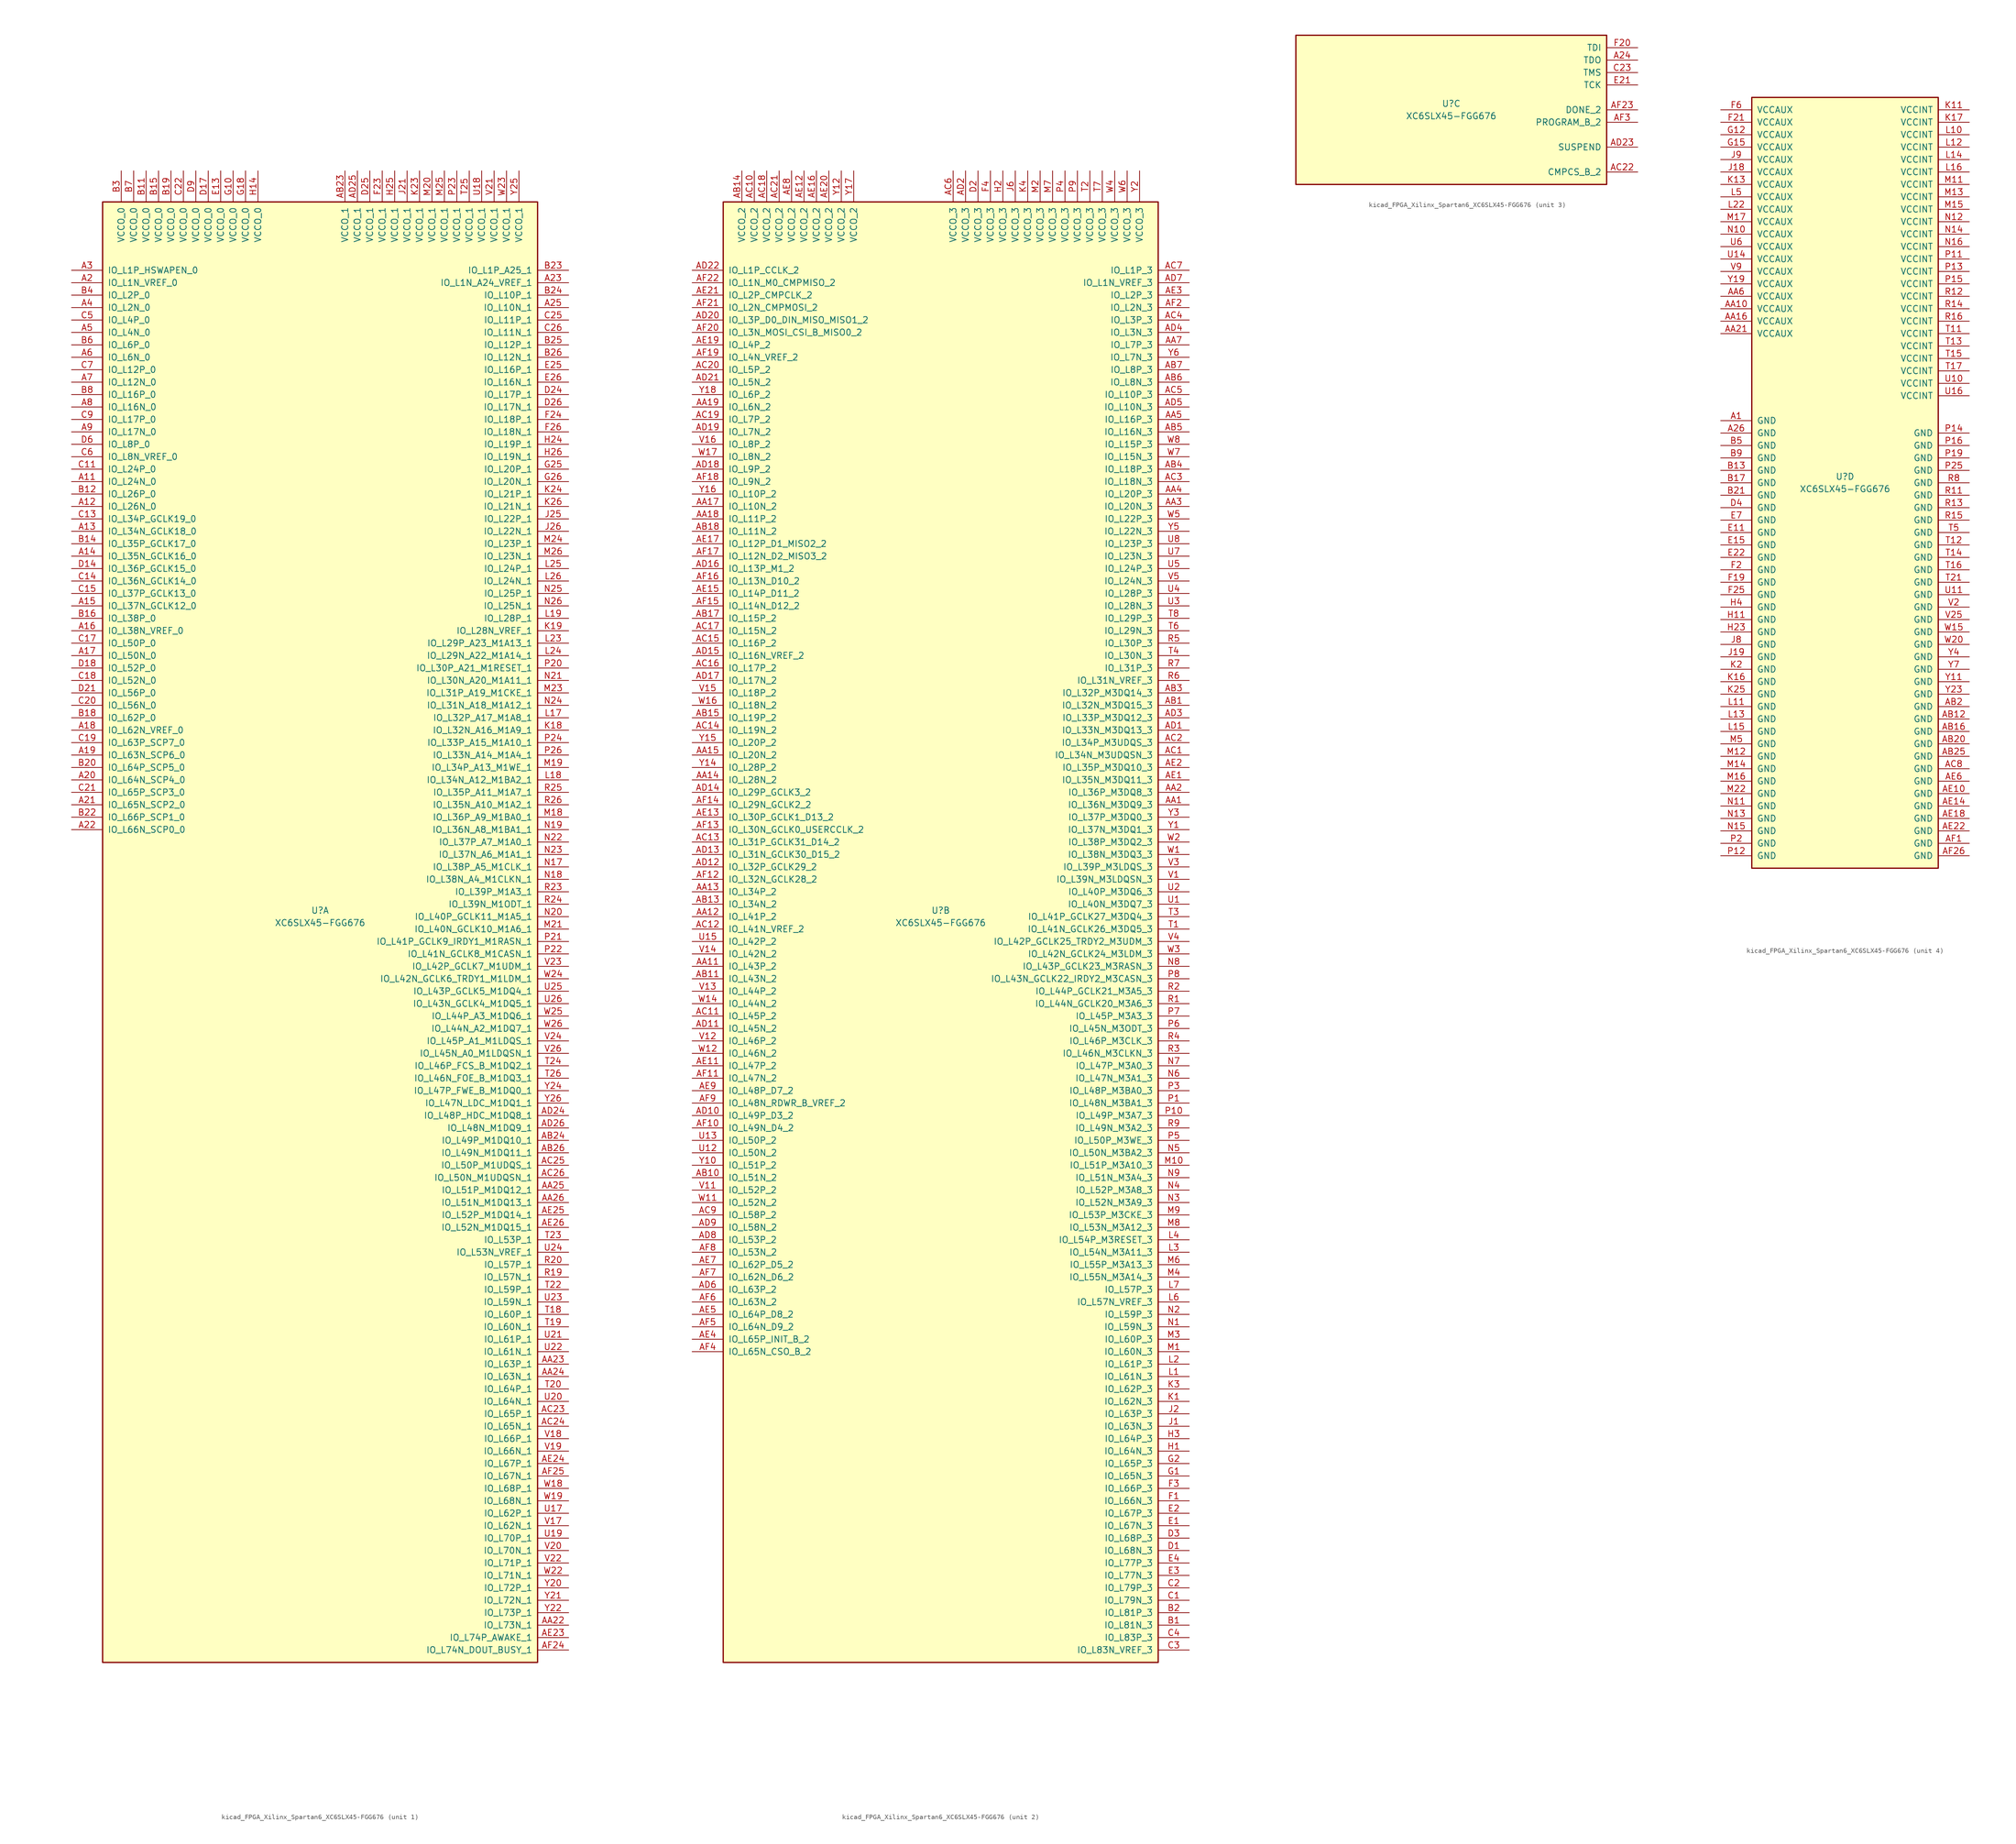
<source format=kicad_sym>
(kicad_symbol_lib
  (version 20220914)
  (generator kicad_symbol_editor)
  (symbol "kicad_FPGA_Xilinx_Spartan6_XC6SLX45-FGG676"
    (pin_names
      (offset 1.016))
    (property "Reference" "U"
      (at 0 1.27 0)
      (effects (font (size 1.27 1.27))))
    (property "Value" "XC6SLX45-FGG676"
      (at 0 -1.27 0)
      (effects (font (size 1.27 1.27))))
    (property "Datasheet" ""
      (at 0 0 0)
      (effects (font (size 1.27 1.27))))
    (property "ki_locked" ""
      (at 0 0 0)
      (effects (font (size 1.27 1.27))))
    (symbol "kicad_FPGA_Xilinx_Spartan6_XC6SLX45-FGG676_1_1"
      (rectangle (start -44.45 146.05) (end 44.45 -152.4) (stroke (width 0.254) (type default)) (fill (type background)))
      (pin bidirectional line (at -50.8 88.9 0) (length 6.35) (name "IO_L24N_0" (effects (font (size 1.27 1.27)))) (number "A11" (effects (font (size 1.27 1.27)))))
      (pin bidirectional line (at -50.8 83.82 0) (length 6.35) (name "IO_L26N_0" (effects (font (size 1.27 1.27)))) (number "A12" (effects (font (size 1.27 1.27)))))
      (pin bidirectional line (at -50.8 78.74 0) (length 6.35) (name "IO_L34N_GCLK18_0" (effects (font (size 1.27 1.27)))) (number "A13" (effects (font (size 1.27 1.27)))))
      (pin bidirectional line (at -50.8 73.66 0) (length 6.35) (name "IO_L35N_GCLK16_0" (effects (font (size 1.27 1.27)))) (number "A14" (effects (font (size 1.27 1.27)))))
      (pin bidirectional line (at -50.8 63.5 0) (length 6.35) (name "IO_L37N_GCLK12_0" (effects (font (size 1.27 1.27)))) (number "A15" (effects (font (size 1.27 1.27)))))
      (pin bidirectional line (at -50.8 58.42 0) (length 6.35) (name "IO_L38N_VREF_0" (effects (font (size 1.27 1.27)))) (number "A16" (effects (font (size 1.27 1.27)))))
      (pin bidirectional line (at -50.8 53.34 0) (length 6.35) (name "IO_L50N_0" (effects (font (size 1.27 1.27)))) (number "A17" (effects (font (size 1.27 1.27)))))
      (pin bidirectional line (at -50.8 38.1 0) (length 6.35) (name "IO_L62N_VREF_0" (effects (font (size 1.27 1.27)))) (number "A18" (effects (font (size 1.27 1.27)))))
      (pin bidirectional line (at -50.8 33.02 0) (length 6.35) (name "IO_L63N_SCP6_0" (effects (font (size 1.27 1.27)))) (number "A19" (effects (font (size 1.27 1.27)))))
      (pin bidirectional line (at -50.8 129.54 0) (length 6.35) (name "IO_L1N_VREF_0" (effects (font (size 1.27 1.27)))) (number "A2" (effects (font (size 1.27 1.27)))))
      (pin bidirectional line (at -50.8 27.94 0) (length 6.35) (name "IO_L64N_SCP4_0" (effects (font (size 1.27 1.27)))) (number "A20" (effects (font (size 1.27 1.27)))))
      (pin bidirectional line (at -50.8 22.86 0) (length 6.35) (name "IO_L65N_SCP2_0" (effects (font (size 1.27 1.27)))) (number "A21" (effects (font (size 1.27 1.27)))))
      (pin bidirectional line (at -50.8 17.78 0) (length 6.35) (name "IO_L66N_SCP0_0" (effects (font (size 1.27 1.27)))) (number "A22" (effects (font (size 1.27 1.27)))))
      (pin bidirectional line (at 50.8 129.54 180) (length 6.35) (name "IO_L1N_A24_VREF_1" (effects (font (size 1.27 1.27)))) (number "A23" (effects (font (size 1.27 1.27)))))
      (pin bidirectional line (at 50.8 124.46 180) (length 6.35) (name "IO_L10N_1" (effects (font (size 1.27 1.27)))) (number "A25" (effects (font (size 1.27 1.27)))))
      (pin bidirectional line (at -50.8 132.08 0) (length 6.35) (name "IO_L1P_HSWAPEN_0" (effects (font (size 1.27 1.27)))) (number "A3" (effects (font (size 1.27 1.27)))))
      (pin bidirectional line (at -50.8 124.46 0) (length 6.35) (name "IO_L2N_0" (effects (font (size 1.27 1.27)))) (number "A4" (effects (font (size 1.27 1.27)))))
      (pin bidirectional line (at -50.8 119.38 0) (length 6.35) (name "IO_L4N_0" (effects (font (size 1.27 1.27)))) (number "A5" (effects (font (size 1.27 1.27)))))
      (pin bidirectional line (at -50.8 114.3 0) (length 6.35) (name "IO_L6N_0" (effects (font (size 1.27 1.27)))) (number "A6" (effects (font (size 1.27 1.27)))))
      (pin bidirectional line (at -50.8 109.22 0) (length 6.35) (name "IO_L12N_0" (effects (font (size 1.27 1.27)))) (number "A7" (effects (font (size 1.27 1.27)))))
      (pin bidirectional line (at -50.8 104.14 0) (length 6.35) (name "IO_L16N_0" (effects (font (size 1.27 1.27)))) (number "A8" (effects (font (size 1.27 1.27)))))
      (pin bidirectional line (at -50.8 99.06 0) (length 6.35) (name "IO_L17N_0" (effects (font (size 1.27 1.27)))) (number "A9" (effects (font (size 1.27 1.27)))))
      (pin bidirectional line (at 50.8 -144.78 180) (length 6.35) (name "IO_L73N_1" (effects (font (size 1.27 1.27)))) (number "AA22" (effects (font (size 1.27 1.27)))))
      (pin bidirectional line (at 50.8 -91.44 180) (length 6.35) (name "IO_L63P_1" (effects (font (size 1.27 1.27)))) (number "AA23" (effects (font (size 1.27 1.27)))))
      (pin bidirectional line (at 50.8 -93.98 180) (length 6.35) (name "IO_L63N_1" (effects (font (size 1.27 1.27)))) (number "AA24" (effects (font (size 1.27 1.27)))))
      (pin bidirectional line (at 50.8 -55.88 180) (length 6.35) (name "IO_L51P_M1DQ12_1" (effects (font (size 1.27 1.27)))) (number "AA25" (effects (font (size 1.27 1.27)))))
      (pin bidirectional line (at 50.8 -58.42 180) (length 6.35) (name "IO_L51N_M1DQ13_1" (effects (font (size 1.27 1.27)))) (number "AA26" (effects (font (size 1.27 1.27)))))
      (pin power_in line (at 5.08 152.4 270) (length 6.35) (name "VCCO_1" (effects (font (size 1.27 1.27)))) (number "AB23" (effects (font (size 1.27 1.27)))))
      (pin bidirectional line (at 50.8 -45.72 180) (length 6.35) (name "IO_L49P_M1DQ10_1" (effects (font (size 1.27 1.27)))) (number "AB24" (effects (font (size 1.27 1.27)))))
      (pin bidirectional line (at 50.8 -48.26 180) (length 6.35) (name "IO_L49N_M1DQ11_1" (effects (font (size 1.27 1.27)))) (number "AB26" (effects (font (size 1.27 1.27)))))
      (pin bidirectional line (at 50.8 -101.6 180) (length 6.35) (name "IO_L65P_1" (effects (font (size 1.27 1.27)))) (number "AC23" (effects (font (size 1.27 1.27)))))
      (pin bidirectional line (at 50.8 -104.14 180) (length 6.35) (name "IO_L65N_1" (effects (font (size 1.27 1.27)))) (number "AC24" (effects (font (size 1.27 1.27)))))
      (pin bidirectional line (at 50.8 -50.8 180) (length 6.35) (name "IO_L50P_M1UDQS_1" (effects (font (size 1.27 1.27)))) (number "AC25" (effects (font (size 1.27 1.27)))))
      (pin bidirectional line (at 50.8 -53.34 180) (length 6.35) (name "IO_L50N_M1UDQSN_1" (effects (font (size 1.27 1.27)))) (number "AC26" (effects (font (size 1.27 1.27)))))
      (pin bidirectional line (at 50.8 -40.64 180) (length 6.35) (name "IO_L48P_HDC_M1DQ8_1" (effects (font (size 1.27 1.27)))) (number "AD24" (effects (font (size 1.27 1.27)))))
      (pin power_in line (at 7.62 152.4 270) (length 6.35) (name "VCCO_1" (effects (font (size 1.27 1.27)))) (number "AD25" (effects (font (size 1.27 1.27)))))
      (pin bidirectional line (at 50.8 -43.18 180) (length 6.35) (name "IO_L48N_M1DQ9_1" (effects (font (size 1.27 1.27)))) (number "AD26" (effects (font (size 1.27 1.27)))))
      (pin bidirectional line (at 50.8 -147.32 180) (length 6.35) (name "IO_L74P_AWAKE_1" (effects (font (size 1.27 1.27)))) (number "AE23" (effects (font (size 1.27 1.27)))))
      (pin bidirectional line (at 50.8 -111.76 180) (length 6.35) (name "IO_L67P_1" (effects (font (size 1.27 1.27)))) (number "AE24" (effects (font (size 1.27 1.27)))))
      (pin bidirectional line (at 50.8 -60.96 180) (length 6.35) (name "IO_L52P_M1DQ14_1" (effects (font (size 1.27 1.27)))) (number "AE25" (effects (font (size 1.27 1.27)))))
      (pin bidirectional line (at 50.8 -63.5 180) (length 6.35) (name "IO_L52N_M1DQ15_1" (effects (font (size 1.27 1.27)))) (number "AE26" (effects (font (size 1.27 1.27)))))
      (pin bidirectional line (at 50.8 -149.86 180) (length 6.35) (name "IO_L74N_DOUT_BUSY_1" (effects (font (size 1.27 1.27)))) (number "AF24" (effects (font (size 1.27 1.27)))))
      (pin bidirectional line (at 50.8 -114.3 180) (length 6.35) (name "IO_L67N_1" (effects (font (size 1.27 1.27)))) (number "AF25" (effects (font (size 1.27 1.27)))))
      (pin power_in line (at -35.56 152.4 270) (length 6.35) (name "VCCO_0" (effects (font (size 1.27 1.27)))) (number "B11" (effects (font (size 1.27 1.27)))))
      (pin bidirectional line (at -50.8 86.36 0) (length 6.35) (name "IO_L26P_0" (effects (font (size 1.27 1.27)))) (number "B12" (effects (font (size 1.27 1.27)))))
      (pin bidirectional line (at -50.8 76.2 0) (length 6.35) (name "IO_L35P_GCLK17_0" (effects (font (size 1.27 1.27)))) (number "B14" (effects (font (size 1.27 1.27)))))
      (pin power_in line (at -33.02 152.4 270) (length 6.35) (name "VCCO_0" (effects (font (size 1.27 1.27)))) (number "B15" (effects (font (size 1.27 1.27)))))
      (pin bidirectional line (at -50.8 60.96 0) (length 6.35) (name "IO_L38P_0" (effects (font (size 1.27 1.27)))) (number "B16" (effects (font (size 1.27 1.27)))))
      (pin bidirectional line (at -50.8 40.64 0) (length 6.35) (name "IO_L62P_0" (effects (font (size 1.27 1.27)))) (number "B18" (effects (font (size 1.27 1.27)))))
      (pin power_in line (at -30.48 152.4 270) (length 6.35) (name "VCCO_0" (effects (font (size 1.27 1.27)))) (number "B19" (effects (font (size 1.27 1.27)))))
      (pin bidirectional line (at -50.8 30.48 0) (length 6.35) (name "IO_L64P_SCP5_0" (effects (font (size 1.27 1.27)))) (number "B20" (effects (font (size 1.27 1.27)))))
      (pin bidirectional line (at -50.8 20.32 0) (length 6.35) (name "IO_L66P_SCP1_0" (effects (font (size 1.27 1.27)))) (number "B22" (effects (font (size 1.27 1.27)))))
      (pin bidirectional line (at 50.8 132.08 180) (length 6.35) (name "IO_L1P_A25_1" (effects (font (size 1.27 1.27)))) (number "B23" (effects (font (size 1.27 1.27)))))
      (pin bidirectional line (at 50.8 127 180) (length 6.35) (name "IO_L10P_1" (effects (font (size 1.27 1.27)))) (number "B24" (effects (font (size 1.27 1.27)))))
      (pin bidirectional line (at 50.8 116.84 180) (length 6.35) (name "IO_L12P_1" (effects (font (size 1.27 1.27)))) (number "B25" (effects (font (size 1.27 1.27)))))
      (pin bidirectional line (at 50.8 114.3 180) (length 6.35) (name "IO_L12N_1" (effects (font (size 1.27 1.27)))) (number "B26" (effects (font (size 1.27 1.27)))))
      (pin power_in line (at -40.64 152.4 270) (length 6.35) (name "VCCO_0" (effects (font (size 1.27 1.27)))) (number "B3" (effects (font (size 1.27 1.27)))))
      (pin bidirectional line (at -50.8 127 0) (length 6.35) (name "IO_L2P_0" (effects (font (size 1.27 1.27)))) (number "B4" (effects (font (size 1.27 1.27)))))
      (pin bidirectional line (at -50.8 116.84 0) (length 6.35) (name "IO_L6P_0" (effects (font (size 1.27 1.27)))) (number "B6" (effects (font (size 1.27 1.27)))))
      (pin power_in line (at -38.1 152.4 270) (length 6.35) (name "VCCO_0" (effects (font (size 1.27 1.27)))) (number "B7" (effects (font (size 1.27 1.27)))))
      (pin bidirectional line (at -50.8 106.68 0) (length 6.35) (name "IO_L16P_0" (effects (font (size 1.27 1.27)))) (number "B8" (effects (font (size 1.27 1.27)))))
      (pin bidirectional line (at -50.8 91.44 0) (length 6.35) (name "IO_L24P_0" (effects (font (size 1.27 1.27)))) (number "C11" (effects (font (size 1.27 1.27)))))
      (pin bidirectional line (at -50.8 81.28 0) (length 6.35) (name "IO_L34P_GCLK19_0" (effects (font (size 1.27 1.27)))) (number "C13" (effects (font (size 1.27 1.27)))))
      (pin bidirectional line (at -50.8 68.58 0) (length 6.35) (name "IO_L36N_GCLK14_0" (effects (font (size 1.27 1.27)))) (number "C14" (effects (font (size 1.27 1.27)))))
      (pin bidirectional line (at -50.8 66.04 0) (length 6.35) (name "IO_L37P_GCLK13_0" (effects (font (size 1.27 1.27)))) (number "C15" (effects (font (size 1.27 1.27)))))
      (pin bidirectional line (at -50.8 55.88 0) (length 6.35) (name "IO_L50P_0" (effects (font (size 1.27 1.27)))) (number "C17" (effects (font (size 1.27 1.27)))))
      (pin bidirectional line (at -50.8 48.26 0) (length 6.35) (name "IO_L52N_0" (effects (font (size 1.27 1.27)))) (number "C18" (effects (font (size 1.27 1.27)))))
      (pin bidirectional line (at -50.8 35.56 0) (length 6.35) (name "IO_L63P_SCP7_0" (effects (font (size 1.27 1.27)))) (number "C19" (effects (font (size 1.27 1.27)))))
      (pin bidirectional line (at -50.8 43.18 0) (length 6.35) (name "IO_L56N_0" (effects (font (size 1.27 1.27)))) (number "C20" (effects (font (size 1.27 1.27)))))
      (pin bidirectional line (at -50.8 25.4 0) (length 6.35) (name "IO_L65P_SCP3_0" (effects (font (size 1.27 1.27)))) (number "C21" (effects (font (size 1.27 1.27)))))
      (pin power_in line (at -27.94 152.4 270) (length 6.35) (name "VCCO_0" (effects (font (size 1.27 1.27)))) (number "C22" (effects (font (size 1.27 1.27)))))
      (pin bidirectional line (at 50.8 121.92 180) (length 6.35) (name "IO_L11P_1" (effects (font (size 1.27 1.27)))) (number "C25" (effects (font (size 1.27 1.27)))))
      (pin bidirectional line (at 50.8 119.38 180) (length 6.35) (name "IO_L11N_1" (effects (font (size 1.27 1.27)))) (number "C26" (effects (font (size 1.27 1.27)))))
      (pin bidirectional line (at -50.8 121.92 0) (length 6.35) (name "IO_L4P_0" (effects (font (size 1.27 1.27)))) (number "C5" (effects (font (size 1.27 1.27)))))
      (pin bidirectional line (at -50.8 93.98 0) (length 6.35) (name "IO_L8N_VREF_0" (effects (font (size 1.27 1.27)))) (number "C6" (effects (font (size 1.27 1.27)))))
      (pin bidirectional line (at -50.8 111.76 0) (length 6.35) (name "IO_L12P_0" (effects (font (size 1.27 1.27)))) (number "C7" (effects (font (size 1.27 1.27)))))
      (pin bidirectional line (at -50.8 101.6 0) (length 6.35) (name "IO_L17P_0" (effects (font (size 1.27 1.27)))) (number "C9" (effects (font (size 1.27 1.27)))))
      (pin bidirectional line (at -50.8 71.12 0) (length 6.35) (name "IO_L36P_GCLK15_0" (effects (font (size 1.27 1.27)))) (number "D14" (effects (font (size 1.27 1.27)))))
      (pin power_in line (at -22.86 152.4 270) (length 6.35) (name "VCCO_0" (effects (font (size 1.27 1.27)))) (number "D17" (effects (font (size 1.27 1.27)))))
      (pin bidirectional line (at -50.8 50.8 0) (length 6.35) (name "IO_L52P_0" (effects (font (size 1.27 1.27)))) (number "D18" (effects (font (size 1.27 1.27)))))
      (pin bidirectional line (at -50.8 45.72 0) (length 6.35) (name "IO_L56P_0" (effects (font (size 1.27 1.27)))) (number "D21" (effects (font (size 1.27 1.27)))))
      (pin bidirectional line (at 50.8 106.68 180) (length 6.35) (name "IO_L17P_1" (effects (font (size 1.27 1.27)))) (number "D24" (effects (font (size 1.27 1.27)))))
      (pin power_in line (at 10.16 152.4 270) (length 6.35) (name "VCCO_1" (effects (font (size 1.27 1.27)))) (number "D25" (effects (font (size 1.27 1.27)))))
      (pin bidirectional line (at 50.8 104.14 180) (length 6.35) (name "IO_L17N_1" (effects (font (size 1.27 1.27)))) (number "D26" (effects (font (size 1.27 1.27)))))
      (pin bidirectional line (at -50.8 96.52 0) (length 6.35) (name "IO_L8P_0" (effects (font (size 1.27 1.27)))) (number "D6" (effects (font (size 1.27 1.27)))))
      (pin power_in line (at -25.4 152.4 270) (length 6.35) (name "VCCO_0" (effects (font (size 1.27 1.27)))) (number "D9" (effects (font (size 1.27 1.27)))))
      (pin power_in line (at -20.32 152.4 270) (length 6.35) (name "VCCO_0" (effects (font (size 1.27 1.27)))) (number "E13" (effects (font (size 1.27 1.27)))))
      (pin bidirectional line (at 50.8 111.76 180) (length 6.35) (name "IO_L16P_1" (effects (font (size 1.27 1.27)))) (number "E25" (effects (font (size 1.27 1.27)))))
      (pin bidirectional line (at 50.8 109.22 180) (length 6.35) (name "IO_L16N_1" (effects (font (size 1.27 1.27)))) (number "E26" (effects (font (size 1.27 1.27)))))
      (pin power_in line (at 12.7 152.4 270) (length 6.35) (name "VCCO_1" (effects (font (size 1.27 1.27)))) (number "F23" (effects (font (size 1.27 1.27)))))
      (pin bidirectional line (at 50.8 101.6 180) (length 6.35) (name "IO_L18P_1" (effects (font (size 1.27 1.27)))) (number "F24" (effects (font (size 1.27 1.27)))))
      (pin bidirectional line (at 50.8 99.06 180) (length 6.35) (name "IO_L18N_1" (effects (font (size 1.27 1.27)))) (number "F26" (effects (font (size 1.27 1.27)))))
      (pin power_in line (at -17.78 152.4 270) (length 6.35) (name "VCCO_0" (effects (font (size 1.27 1.27)))) (number "G10" (effects (font (size 1.27 1.27)))))
      (pin power_in line (at -15.24 152.4 270) (length 6.35) (name "VCCO_0" (effects (font (size 1.27 1.27)))) (number "G18" (effects (font (size 1.27 1.27)))))
      (pin bidirectional line (at 50.8 91.44 180) (length 6.35) (name "IO_L20P_1" (effects (font (size 1.27 1.27)))) (number "G25" (effects (font (size 1.27 1.27)))))
      (pin bidirectional line (at 50.8 88.9 180) (length 6.35) (name "IO_L20N_1" (effects (font (size 1.27 1.27)))) (number "G26" (effects (font (size 1.27 1.27)))))
      (pin power_in line (at -12.7 152.4 270) (length 6.35) (name "VCCO_0" (effects (font (size 1.27 1.27)))) (number "H14" (effects (font (size 1.27 1.27)))))
      (pin bidirectional line (at 50.8 96.52 180) (length 6.35) (name "IO_L19P_1" (effects (font (size 1.27 1.27)))) (number "H24" (effects (font (size 1.27 1.27)))))
      (pin power_in line (at 15.24 152.4 270) (length 6.35) (name "VCCO_1" (effects (font (size 1.27 1.27)))) (number "H25" (effects (font (size 1.27 1.27)))))
      (pin bidirectional line (at 50.8 93.98 180) (length 6.35) (name "IO_L19N_1" (effects (font (size 1.27 1.27)))) (number "H26" (effects (font (size 1.27 1.27)))))
      (pin power_in line (at 17.78 152.4 270) (length 6.35) (name "VCCO_1" (effects (font (size 1.27 1.27)))) (number "J21" (effects (font (size 1.27 1.27)))))
      (pin bidirectional line (at 50.8 81.28 180) (length 6.35) (name "IO_L22P_1" (effects (font (size 1.27 1.27)))) (number "J25" (effects (font (size 1.27 1.27)))))
      (pin bidirectional line (at 50.8 78.74 180) (length 6.35) (name "IO_L22N_1" (effects (font (size 1.27 1.27)))) (number "J26" (effects (font (size 1.27 1.27)))))
      (pin bidirectional line (at 50.8 38.1 180) (length 6.35) (name "IO_L32N_A16_M1A9_1" (effects (font (size 1.27 1.27)))) (number "K18" (effects (font (size 1.27 1.27)))))
      (pin bidirectional line (at 50.8 58.42 180) (length 6.35) (name "IO_L28N_VREF_1" (effects (font (size 1.27 1.27)))) (number "K19" (effects (font (size 1.27 1.27)))))
      (pin power_in line (at 20.32 152.4 270) (length 6.35) (name "VCCO_1" (effects (font (size 1.27 1.27)))) (number "K23" (effects (font (size 1.27 1.27)))))
      (pin bidirectional line (at 50.8 86.36 180) (length 6.35) (name "IO_L21P_1" (effects (font (size 1.27 1.27)))) (number "K24" (effects (font (size 1.27 1.27)))))
      (pin bidirectional line (at 50.8 83.82 180) (length 6.35) (name "IO_L21N_1" (effects (font (size 1.27 1.27)))) (number "K26" (effects (font (size 1.27 1.27)))))
      (pin bidirectional line (at 50.8 40.64 180) (length 6.35) (name "IO_L32P_A17_M1A8_1" (effects (font (size 1.27 1.27)))) (number "L17" (effects (font (size 1.27 1.27)))))
      (pin bidirectional line (at 50.8 27.94 180) (length 6.35) (name "IO_L34N_A12_M1BA2_1" (effects (font (size 1.27 1.27)))) (number "L18" (effects (font (size 1.27 1.27)))))
      (pin bidirectional line (at 50.8 60.96 180) (length 6.35) (name "IO_L28P_1" (effects (font (size 1.27 1.27)))) (number "L19" (effects (font (size 1.27 1.27)))))
      (pin bidirectional line (at 50.8 55.88 180) (length 6.35) (name "IO_L29P_A23_M1A13_1" (effects (font (size 1.27 1.27)))) (number "L23" (effects (font (size 1.27 1.27)))))
      (pin bidirectional line (at 50.8 53.34 180) (length 6.35) (name "IO_L29N_A22_M1A14_1" (effects (font (size 1.27 1.27)))) (number "L24" (effects (font (size 1.27 1.27)))))
      (pin bidirectional line (at 50.8 71.12 180) (length 6.35) (name "IO_L24P_1" (effects (font (size 1.27 1.27)))) (number "L25" (effects (font (size 1.27 1.27)))))
      (pin bidirectional line (at 50.8 68.58 180) (length 6.35) (name "IO_L24N_1" (effects (font (size 1.27 1.27)))) (number "L26" (effects (font (size 1.27 1.27)))))
      (pin bidirectional line (at 50.8 20.32 180) (length 6.35) (name "IO_L36P_A9_M1BA0_1" (effects (font (size 1.27 1.27)))) (number "M18" (effects (font (size 1.27 1.27)))))
      (pin bidirectional line (at 50.8 30.48 180) (length 6.35) (name "IO_L34P_A13_M1WE_1" (effects (font (size 1.27 1.27)))) (number "M19" (effects (font (size 1.27 1.27)))))
      (pin power_in line (at 22.86 152.4 270) (length 6.35) (name "VCCO_1" (effects (font (size 1.27 1.27)))) (number "M20" (effects (font (size 1.27 1.27)))))
      (pin bidirectional line (at 50.8 -2.54 180) (length 6.35) (name "IO_L40N_GCLK10_M1A6_1" (effects (font (size 1.27 1.27)))) (number "M21" (effects (font (size 1.27 1.27)))))
      (pin bidirectional line (at 50.8 45.72 180) (length 6.35) (name "IO_L31P_A19_M1CKE_1" (effects (font (size 1.27 1.27)))) (number "M23" (effects (font (size 1.27 1.27)))))
      (pin bidirectional line (at 50.8 76.2 180) (length 6.35) (name "IO_L23P_1" (effects (font (size 1.27 1.27)))) (number "M24" (effects (font (size 1.27 1.27)))))
      (pin power_in line (at 25.4 152.4 270) (length 6.35) (name "VCCO_1" (effects (font (size 1.27 1.27)))) (number "M25" (effects (font (size 1.27 1.27)))))
      (pin bidirectional line (at 50.8 73.66 180) (length 6.35) (name "IO_L23N_1" (effects (font (size 1.27 1.27)))) (number "M26" (effects (font (size 1.27 1.27)))))
      (pin bidirectional line (at 50.8 10.16 180) (length 6.35) (name "IO_L38P_A5_M1CLK_1" (effects (font (size 1.27 1.27)))) (number "N17" (effects (font (size 1.27 1.27)))))
      (pin bidirectional line (at 50.8 7.62 180) (length 6.35) (name "IO_L38N_A4_M1CLKN_1" (effects (font (size 1.27 1.27)))) (number "N18" (effects (font (size 1.27 1.27)))))
      (pin bidirectional line (at 50.8 17.78 180) (length 6.35) (name "IO_L36N_A8_M1BA1_1" (effects (font (size 1.27 1.27)))) (number "N19" (effects (font (size 1.27 1.27)))))
      (pin bidirectional line (at 50.8 0 180) (length 6.35) (name "IO_L40P_GCLK11_M1A5_1" (effects (font (size 1.27 1.27)))) (number "N20" (effects (font (size 1.27 1.27)))))
      (pin bidirectional line (at 50.8 48.26 180) (length 6.35) (name "IO_L30N_A20_M1A11_1" (effects (font (size 1.27 1.27)))) (number "N21" (effects (font (size 1.27 1.27)))))
      (pin bidirectional line (at 50.8 15.24 180) (length 6.35) (name "IO_L37P_A7_M1A0_1" (effects (font (size 1.27 1.27)))) (number "N22" (effects (font (size 1.27 1.27)))))
      (pin bidirectional line (at 50.8 12.7 180) (length 6.35) (name "IO_L37N_A6_M1A1_1" (effects (font (size 1.27 1.27)))) (number "N23" (effects (font (size 1.27 1.27)))))
      (pin bidirectional line (at 50.8 43.18 180) (length 6.35) (name "IO_L31N_A18_M1A12_1" (effects (font (size 1.27 1.27)))) (number "N24" (effects (font (size 1.27 1.27)))))
      (pin bidirectional line (at 50.8 66.04 180) (length 6.35) (name "IO_L25P_1" (effects (font (size 1.27 1.27)))) (number "N25" (effects (font (size 1.27 1.27)))))
      (pin bidirectional line (at 50.8 63.5 180) (length 6.35) (name "IO_L25N_1" (effects (font (size 1.27 1.27)))) (number "N26" (effects (font (size 1.27 1.27)))))
      (pin bidirectional line (at 50.8 50.8 180) (length 6.35) (name "IO_L30P_A21_M1RESET_1" (effects (font (size 1.27 1.27)))) (number "P20" (effects (font (size 1.27 1.27)))))
      (pin bidirectional line (at 50.8 -5.08 180) (length 6.35) (name "IO_L41P_GCLK9_IRDY1_M1RASN_1" (effects (font (size 1.27 1.27)))) (number "P21" (effects (font (size 1.27 1.27)))))
      (pin bidirectional line (at 50.8 -7.62 180) (length 6.35) (name "IO_L41N_GCLK8_M1CASN_1" (effects (font (size 1.27 1.27)))) (number "P22" (effects (font (size 1.27 1.27)))))
      (pin power_in line (at 27.94 152.4 270) (length 6.35) (name "VCCO_1" (effects (font (size 1.27 1.27)))) (number "P23" (effects (font (size 1.27 1.27)))))
      (pin bidirectional line (at 50.8 35.56 180) (length 6.35) (name "IO_L33P_A15_M1A10_1" (effects (font (size 1.27 1.27)))) (number "P24" (effects (font (size 1.27 1.27)))))
      (pin bidirectional line (at 50.8 33.02 180) (length 6.35) (name "IO_L33N_A14_M1A4_1" (effects (font (size 1.27 1.27)))) (number "P26" (effects (font (size 1.27 1.27)))))
      (pin bidirectional line (at 50.8 -73.66 180) (length 6.35) (name "IO_L57N_1" (effects (font (size 1.27 1.27)))) (number "R19" (effects (font (size 1.27 1.27)))))
      (pin bidirectional line (at 50.8 -71.12 180) (length 6.35) (name "IO_L57P_1" (effects (font (size 1.27 1.27)))) (number "R20" (effects (font (size 1.27 1.27)))))
      (pin bidirectional line (at 50.8 5.08 180) (length 6.35) (name "IO_L39P_M1A3_1" (effects (font (size 1.27 1.27)))) (number "R23" (effects (font (size 1.27 1.27)))))
      (pin bidirectional line (at 50.8 2.54 180) (length 6.35) (name "IO_L39N_M1ODT_1" (effects (font (size 1.27 1.27)))) (number "R24" (effects (font (size 1.27 1.27)))))
      (pin bidirectional line (at 50.8 25.4 180) (length 6.35) (name "IO_L35P_A11_M1A7_1" (effects (font (size 1.27 1.27)))) (number "R25" (effects (font (size 1.27 1.27)))))
      (pin bidirectional line (at 50.8 22.86 180) (length 6.35) (name "IO_L35N_A10_M1A2_1" (effects (font (size 1.27 1.27)))) (number "R26" (effects (font (size 1.27 1.27)))))
      (pin bidirectional line (at 50.8 -81.28 180) (length 6.35) (name "IO_L60P_1" (effects (font (size 1.27 1.27)))) (number "T18" (effects (font (size 1.27 1.27)))))
      (pin bidirectional line (at 50.8 -83.82 180) (length 6.35) (name "IO_L60N_1" (effects (font (size 1.27 1.27)))) (number "T19" (effects (font (size 1.27 1.27)))))
      (pin bidirectional line (at 50.8 -96.52 180) (length 6.35) (name "IO_L64P_1" (effects (font (size 1.27 1.27)))) (number "T20" (effects (font (size 1.27 1.27)))))
      (pin bidirectional line (at 50.8 -76.2 180) (length 6.35) (name "IO_L59P_1" (effects (font (size 1.27 1.27)))) (number "T22" (effects (font (size 1.27 1.27)))))
      (pin bidirectional line (at 50.8 -66.04 180) (length 6.35) (name "IO_L53P_1" (effects (font (size 1.27 1.27)))) (number "T23" (effects (font (size 1.27 1.27)))))
      (pin bidirectional line (at 50.8 -30.48 180) (length 6.35) (name "IO_L46P_FCS_B_M1DQ2_1" (effects (font (size 1.27 1.27)))) (number "T24" (effects (font (size 1.27 1.27)))))
      (pin power_in line (at 30.48 152.4 270) (length 6.35) (name "VCCO_1" (effects (font (size 1.27 1.27)))) (number "T25" (effects (font (size 1.27 1.27)))))
      (pin bidirectional line (at 50.8 -33.02 180) (length 6.35) (name "IO_L46N_FOE_B_M1DQ3_1" (effects (font (size 1.27 1.27)))) (number "T26" (effects (font (size 1.27 1.27)))))
      (pin bidirectional line (at 50.8 -121.92 180) (length 6.35) (name "IO_L62P_1" (effects (font (size 1.27 1.27)))) (number "U17" (effects (font (size 1.27 1.27)))))
      (pin power_in line (at 33.02 152.4 270) (length 6.35) (name "VCCO_1" (effects (font (size 1.27 1.27)))) (number "U18" (effects (font (size 1.27 1.27)))))
      (pin bidirectional line (at 50.8 -127 180) (length 6.35) (name "IO_L70P_1" (effects (font (size 1.27 1.27)))) (number "U19" (effects (font (size 1.27 1.27)))))
      (pin bidirectional line (at 50.8 -99.06 180) (length 6.35) (name "IO_L64N_1" (effects (font (size 1.27 1.27)))) (number "U20" (effects (font (size 1.27 1.27)))))
      (pin bidirectional line (at 50.8 -86.36 180) (length 6.35) (name "IO_L61P_1" (effects (font (size 1.27 1.27)))) (number "U21" (effects (font (size 1.27 1.27)))))
      (pin bidirectional line (at 50.8 -88.9 180) (length 6.35) (name "IO_L61N_1" (effects (font (size 1.27 1.27)))) (number "U22" (effects (font (size 1.27 1.27)))))
      (pin bidirectional line (at 50.8 -78.74 180) (length 6.35) (name "IO_L59N_1" (effects (font (size 1.27 1.27)))) (number "U23" (effects (font (size 1.27 1.27)))))
      (pin bidirectional line (at 50.8 -68.58 180) (length 6.35) (name "IO_L53N_VREF_1" (effects (font (size 1.27 1.27)))) (number "U24" (effects (font (size 1.27 1.27)))))
      (pin bidirectional line (at 50.8 -15.24 180) (length 6.35) (name "IO_L43P_GCLK5_M1DQ4_1" (effects (font (size 1.27 1.27)))) (number "U25" (effects (font (size 1.27 1.27)))))
      (pin bidirectional line (at 50.8 -17.78 180) (length 6.35) (name "IO_L43N_GCLK4_M1DQ5_1" (effects (font (size 1.27 1.27)))) (number "U26" (effects (font (size 1.27 1.27)))))
      (pin bidirectional line (at 50.8 -124.46 180) (length 6.35) (name "IO_L62N_1" (effects (font (size 1.27 1.27)))) (number "V17" (effects (font (size 1.27 1.27)))))
      (pin bidirectional line (at 50.8 -106.68 180) (length 6.35) (name "IO_L66P_1" (effects (font (size 1.27 1.27)))) (number "V18" (effects (font (size 1.27 1.27)))))
      (pin bidirectional line (at 50.8 -109.22 180) (length 6.35) (name "IO_L66N_1" (effects (font (size 1.27 1.27)))) (number "V19" (effects (font (size 1.27 1.27)))))
      (pin bidirectional line (at 50.8 -129.54 180) (length 6.35) (name "IO_L70N_1" (effects (font (size 1.27 1.27)))) (number "V20" (effects (font (size 1.27 1.27)))))
      (pin power_in line (at 35.56 152.4 270) (length 6.35) (name "VCCO_1" (effects (font (size 1.27 1.27)))) (number "V21" (effects (font (size 1.27 1.27)))))
      (pin bidirectional line (at 50.8 -132.08 180) (length 6.35) (name "IO_L71P_1" (effects (font (size 1.27 1.27)))) (number "V22" (effects (font (size 1.27 1.27)))))
      (pin bidirectional line (at 50.8 -10.16 180) (length 6.35) (name "IO_L42P_GCLK7_M1UDM_1" (effects (font (size 1.27 1.27)))) (number "V23" (effects (font (size 1.27 1.27)))))
      (pin bidirectional line (at 50.8 -25.4 180) (length 6.35) (name "IO_L45P_A1_M1LDQS_1" (effects (font (size 1.27 1.27)))) (number "V24" (effects (font (size 1.27 1.27)))))
      (pin bidirectional line (at 50.8 -27.94 180) (length 6.35) (name "IO_L45N_A0_M1LDQSN_1" (effects (font (size 1.27 1.27)))) (number "V26" (effects (font (size 1.27 1.27)))))
      (pin bidirectional line (at 50.8 -116.84 180) (length 6.35) (name "IO_L68P_1" (effects (font (size 1.27 1.27)))) (number "W18" (effects (font (size 1.27 1.27)))))
      (pin bidirectional line (at 50.8 -119.38 180) (length 6.35) (name "IO_L68N_1" (effects (font (size 1.27 1.27)))) (number "W19" (effects (font (size 1.27 1.27)))))
      (pin bidirectional line (at 50.8 -134.62 180) (length 6.35) (name "IO_L71N_1" (effects (font (size 1.27 1.27)))) (number "W22" (effects (font (size 1.27 1.27)))))
      (pin power_in line (at 38.1 152.4 270) (length 6.35) (name "VCCO_1" (effects (font (size 1.27 1.27)))) (number "W23" (effects (font (size 1.27 1.27)))))
      (pin bidirectional line (at 50.8 -12.7 180) (length 6.35) (name "IO_L42N_GCLK6_TRDY1_M1LDM_1" (effects (font (size 1.27 1.27)))) (number "W24" (effects (font (size 1.27 1.27)))))
      (pin bidirectional line (at 50.8 -20.32 180) (length 6.35) (name "IO_L44P_A3_M1DQ6_1" (effects (font (size 1.27 1.27)))) (number "W25" (effects (font (size 1.27 1.27)))))
      (pin bidirectional line (at 50.8 -22.86 180) (length 6.35) (name "IO_L44N_A2_M1DQ7_1" (effects (font (size 1.27 1.27)))) (number "W26" (effects (font (size 1.27 1.27)))))
      (pin bidirectional line (at 50.8 -137.16 180) (length 6.35) (name "IO_L72P_1" (effects (font (size 1.27 1.27)))) (number "Y20" (effects (font (size 1.27 1.27)))))
      (pin bidirectional line (at 50.8 -139.7 180) (length 6.35) (name "IO_L72N_1" (effects (font (size 1.27 1.27)))) (number "Y21" (effects (font (size 1.27 1.27)))))
      (pin bidirectional line (at 50.8 -142.24 180) (length 6.35) (name "IO_L73P_1" (effects (font (size 1.27 1.27)))) (number "Y22" (effects (font (size 1.27 1.27)))))
      (pin bidirectional line (at 50.8 -35.56 180) (length 6.35) (name "IO_L47P_FWE_B_M1DQ0_1" (effects (font (size 1.27 1.27)))) (number "Y24" (effects (font (size 1.27 1.27)))))
      (pin power_in line (at 40.64 152.4 270) (length 6.35) (name "VCCO_1" (effects (font (size 1.27 1.27)))) (number "Y25" (effects (font (size 1.27 1.27)))))
      (pin bidirectional line (at 50.8 -38.1 180) (length 6.35) (name "IO_L47N_LDC_M1DQ1_1" (effects (font (size 1.27 1.27)))) (number "Y26" (effects (font (size 1.27 1.27))))))
    (symbol "kicad_FPGA_Xilinx_Spartan6_XC6SLX45-FGG676_2_1"
      (rectangle (start -44.45 146.05) (end 44.45 -152.4) (stroke (width 0.254) (type default)) (fill (type background)))
      (pin bidirectional line (at 50.8 22.86 180) (length 6.35) (name "IO_L36N_M3DQ9_3" (effects (font (size 1.27 1.27)))) (number "AA1" (effects (font (size 1.27 1.27)))))
      (pin bidirectional line (at -50.8 -10.16 0) (length 6.35) (name "IO_L43P_2" (effects (font (size 1.27 1.27)))) (number "AA11" (effects (font (size 1.27 1.27)))))
      (pin bidirectional line (at -50.8 0 0) (length 6.35) (name "IO_L41P_2" (effects (font (size 1.27 1.27)))) (number "AA12" (effects (font (size 1.27 1.27)))))
      (pin bidirectional line (at -50.8 5.08 0) (length 6.35) (name "IO_L34P_2" (effects (font (size 1.27 1.27)))) (number "AA13" (effects (font (size 1.27 1.27)))))
      (pin bidirectional line (at -50.8 27.94 0) (length 6.35) (name "IO_L28N_2" (effects (font (size 1.27 1.27)))) (number "AA14" (effects (font (size 1.27 1.27)))))
      (pin bidirectional line (at -50.8 33.02 0) (length 6.35) (name "IO_L20N_2" (effects (font (size 1.27 1.27)))) (number "AA15" (effects (font (size 1.27 1.27)))))
      (pin bidirectional line (at -50.8 83.82 0) (length 6.35) (name "IO_L10N_2" (effects (font (size 1.27 1.27)))) (number "AA17" (effects (font (size 1.27 1.27)))))
      (pin bidirectional line (at -50.8 81.28 0) (length 6.35) (name "IO_L11P_2" (effects (font (size 1.27 1.27)))) (number "AA18" (effects (font (size 1.27 1.27)))))
      (pin bidirectional line (at -50.8 104.14 0) (length 6.35) (name "IO_L6N_2" (effects (font (size 1.27 1.27)))) (number "AA19" (effects (font (size 1.27 1.27)))))
      (pin bidirectional line (at 50.8 25.4 180) (length 6.35) (name "IO_L36P_M3DQ8_3" (effects (font (size 1.27 1.27)))) (number "AA2" (effects (font (size 1.27 1.27)))))
      (pin bidirectional line (at 50.8 83.82 180) (length 6.35) (name "IO_L20N_3" (effects (font (size 1.27 1.27)))) (number "AA3" (effects (font (size 1.27 1.27)))))
      (pin bidirectional line (at 50.8 86.36 180) (length 6.35) (name "IO_L20P_3" (effects (font (size 1.27 1.27)))) (number "AA4" (effects (font (size 1.27 1.27)))))
      (pin bidirectional line (at 50.8 101.6 180) (length 6.35) (name "IO_L16P_3" (effects (font (size 1.27 1.27)))) (number "AA5" (effects (font (size 1.27 1.27)))))
      (pin bidirectional line (at 50.8 116.84 180) (length 6.35) (name "IO_L7P_3" (effects (font (size 1.27 1.27)))) (number "AA7" (effects (font (size 1.27 1.27)))))
      (pin bidirectional line (at 50.8 43.18 180) (length 6.35) (name "IO_L32N_M3DQ15_3" (effects (font (size 1.27 1.27)))) (number "AB1" (effects (font (size 1.27 1.27)))))
      (pin bidirectional line (at -50.8 -53.34 0) (length 6.35) (name "IO_L51N_2" (effects (font (size 1.27 1.27)))) (number "AB10" (effects (font (size 1.27 1.27)))))
      (pin bidirectional line (at -50.8 -12.7 0) (length 6.35) (name "IO_L43N_2" (effects (font (size 1.27 1.27)))) (number "AB11" (effects (font (size 1.27 1.27)))))
      (pin bidirectional line (at -50.8 2.54 0) (length 6.35) (name "IO_L34N_2" (effects (font (size 1.27 1.27)))) (number "AB13" (effects (font (size 1.27 1.27)))))
      (pin power_in line (at -40.64 152.4 270) (length 6.35) (name "VCCO_2" (effects (font (size 1.27 1.27)))) (number "AB14" (effects (font (size 1.27 1.27)))))
      (pin bidirectional line (at -50.8 40.64 0) (length 6.35) (name "IO_L19P_2" (effects (font (size 1.27 1.27)))) (number "AB15" (effects (font (size 1.27 1.27)))))
      (pin bidirectional line (at -50.8 60.96 0) (length 6.35) (name "IO_L15P_2" (effects (font (size 1.27 1.27)))) (number "AB17" (effects (font (size 1.27 1.27)))))
      (pin bidirectional line (at -50.8 78.74 0) (length 6.35) (name "IO_L11N_2" (effects (font (size 1.27 1.27)))) (number "AB18" (effects (font (size 1.27 1.27)))))
      (pin bidirectional line (at 50.8 45.72 180) (length 6.35) (name "IO_L32P_M3DQ14_3" (effects (font (size 1.27 1.27)))) (number "AB3" (effects (font (size 1.27 1.27)))))
      (pin bidirectional line (at 50.8 91.44 180) (length 6.35) (name "IO_L18P_3" (effects (font (size 1.27 1.27)))) (number "AB4" (effects (font (size 1.27 1.27)))))
      (pin bidirectional line (at 50.8 99.06 180) (length 6.35) (name "IO_L16N_3" (effects (font (size 1.27 1.27)))) (number "AB5" (effects (font (size 1.27 1.27)))))
      (pin bidirectional line (at 50.8 109.22 180) (length 6.35) (name "IO_L8N_3" (effects (font (size 1.27 1.27)))) (number "AB6" (effects (font (size 1.27 1.27)))))
      (pin bidirectional line (at 50.8 111.76 180) (length 6.35) (name "IO_L8P_3" (effects (font (size 1.27 1.27)))) (number "AB7" (effects (font (size 1.27 1.27)))))
      (pin bidirectional line (at 50.8 33.02 180) (length 6.35) (name "IO_L34N_M3UDQSN_3" (effects (font (size 1.27 1.27)))) (number "AC1" (effects (font (size 1.27 1.27)))))
      (pin power_in line (at -38.1 152.4 270) (length 6.35) (name "VCCO_2" (effects (font (size 1.27 1.27)))) (number "AC10" (effects (font (size 1.27 1.27)))))
      (pin bidirectional line (at -50.8 -20.32 0) (length 6.35) (name "IO_L45P_2" (effects (font (size 1.27 1.27)))) (number "AC11" (effects (font (size 1.27 1.27)))))
      (pin bidirectional line (at -50.8 -2.54 0) (length 6.35) (name "IO_L41N_VREF_2" (effects (font (size 1.27 1.27)))) (number "AC12" (effects (font (size 1.27 1.27)))))
      (pin bidirectional line (at -50.8 15.24 0) (length 6.35) (name "IO_L31P_GCLK31_D14_2" (effects (font (size 1.27 1.27)))) (number "AC13" (effects (font (size 1.27 1.27)))))
      (pin bidirectional line (at -50.8 38.1 0) (length 6.35) (name "IO_L19N_2" (effects (font (size 1.27 1.27)))) (number "AC14" (effects (font (size 1.27 1.27)))))
      (pin bidirectional line (at -50.8 55.88 0) (length 6.35) (name "IO_L16P_2" (effects (font (size 1.27 1.27)))) (number "AC15" (effects (font (size 1.27 1.27)))))
      (pin bidirectional line (at -50.8 50.8 0) (length 6.35) (name "IO_L17P_2" (effects (font (size 1.27 1.27)))) (number "AC16" (effects (font (size 1.27 1.27)))))
      (pin bidirectional line (at -50.8 58.42 0) (length 6.35) (name "IO_L15N_2" (effects (font (size 1.27 1.27)))) (number "AC17" (effects (font (size 1.27 1.27)))))
      (pin power_in line (at -35.56 152.4 270) (length 6.35) (name "VCCO_2" (effects (font (size 1.27 1.27)))) (number "AC18" (effects (font (size 1.27 1.27)))))
      (pin bidirectional line (at -50.8 101.6 0) (length 6.35) (name "IO_L7P_2" (effects (font (size 1.27 1.27)))) (number "AC19" (effects (font (size 1.27 1.27)))))
      (pin bidirectional line (at 50.8 35.56 180) (length 6.35) (name "IO_L34P_M3UDQS_3" (effects (font (size 1.27 1.27)))) (number "AC2" (effects (font (size 1.27 1.27)))))
      (pin bidirectional line (at -50.8 111.76 0) (length 6.35) (name "IO_L5P_2" (effects (font (size 1.27 1.27)))) (number "AC20" (effects (font (size 1.27 1.27)))))
      (pin power_in line (at -33.02 152.4 270) (length 6.35) (name "VCCO_2" (effects (font (size 1.27 1.27)))) (number "AC21" (effects (font (size 1.27 1.27)))))
      (pin bidirectional line (at 50.8 88.9 180) (length 6.35) (name "IO_L18N_3" (effects (font (size 1.27 1.27)))) (number "AC3" (effects (font (size 1.27 1.27)))))
      (pin bidirectional line (at 50.8 121.92 180) (length 6.35) (name "IO_L3P_3" (effects (font (size 1.27 1.27)))) (number "AC4" (effects (font (size 1.27 1.27)))))
      (pin bidirectional line (at 50.8 106.68 180) (length 6.35) (name "IO_L10P_3" (effects (font (size 1.27 1.27)))) (number "AC5" (effects (font (size 1.27 1.27)))))
      (pin power_in line (at 2.54 152.4 270) (length 6.35) (name "VCCO_3" (effects (font (size 1.27 1.27)))) (number "AC6" (effects (font (size 1.27 1.27)))))
      (pin bidirectional line (at 50.8 132.08 180) (length 6.35) (name "IO_L1P_3" (effects (font (size 1.27 1.27)))) (number "AC7" (effects (font (size 1.27 1.27)))))
      (pin bidirectional line (at -50.8 -60.96 0) (length 6.35) (name "IO_L58P_2" (effects (font (size 1.27 1.27)))) (number "AC9" (effects (font (size 1.27 1.27)))))
      (pin bidirectional line (at 50.8 38.1 180) (length 6.35) (name "IO_L33N_M3DQ13_3" (effects (font (size 1.27 1.27)))) (number "AD1" (effects (font (size 1.27 1.27)))))
      (pin bidirectional line (at -50.8 -40.64 0) (length 6.35) (name "IO_L49P_D3_2" (effects (font (size 1.27 1.27)))) (number "AD10" (effects (font (size 1.27 1.27)))))
      (pin bidirectional line (at -50.8 -22.86 0) (length 6.35) (name "IO_L45N_2" (effects (font (size 1.27 1.27)))) (number "AD11" (effects (font (size 1.27 1.27)))))
      (pin bidirectional line (at -50.8 10.16 0) (length 6.35) (name "IO_L32P_GCLK29_2" (effects (font (size 1.27 1.27)))) (number "AD12" (effects (font (size 1.27 1.27)))))
      (pin bidirectional line (at -50.8 12.7 0) (length 6.35) (name "IO_L31N_GCLK30_D15_2" (effects (font (size 1.27 1.27)))) (number "AD13" (effects (font (size 1.27 1.27)))))
      (pin bidirectional line (at -50.8 25.4 0) (length 6.35) (name "IO_L29P_GCLK3_2" (effects (font (size 1.27 1.27)))) (number "AD14" (effects (font (size 1.27 1.27)))))
      (pin bidirectional line (at -50.8 53.34 0) (length 6.35) (name "IO_L16N_VREF_2" (effects (font (size 1.27 1.27)))) (number "AD15" (effects (font (size 1.27 1.27)))))
      (pin bidirectional line (at -50.8 71.12 0) (length 6.35) (name "IO_L13P_M1_2" (effects (font (size 1.27 1.27)))) (number "AD16" (effects (font (size 1.27 1.27)))))
      (pin bidirectional line (at -50.8 48.26 0) (length 6.35) (name "IO_L17N_2" (effects (font (size 1.27 1.27)))) (number "AD17" (effects (font (size 1.27 1.27)))))
      (pin bidirectional line (at -50.8 91.44 0) (length 6.35) (name "IO_L9P_2" (effects (font (size 1.27 1.27)))) (number "AD18" (effects (font (size 1.27 1.27)))))
      (pin bidirectional line (at -50.8 99.06 0) (length 6.35) (name "IO_L7N_2" (effects (font (size 1.27 1.27)))) (number "AD19" (effects (font (size 1.27 1.27)))))
      (pin power_in line (at 5.08 152.4 270) (length 6.35) (name "VCCO_3" (effects (font (size 1.27 1.27)))) (number "AD2" (effects (font (size 1.27 1.27)))))
      (pin bidirectional line (at -50.8 121.92 0) (length 6.35) (name "IO_L3P_D0_DIN_MISO_MISO1_2" (effects (font (size 1.27 1.27)))) (number "AD20" (effects (font (size 1.27 1.27)))))
      (pin bidirectional line (at -50.8 109.22 0) (length 6.35) (name "IO_L5N_2" (effects (font (size 1.27 1.27)))) (number "AD21" (effects (font (size 1.27 1.27)))))
      (pin bidirectional line (at -50.8 132.08 0) (length 6.35) (name "IO_L1P_CCLK_2" (effects (font (size 1.27 1.27)))) (number "AD22" (effects (font (size 1.27 1.27)))))
      (pin bidirectional line (at 50.8 40.64 180) (length 6.35) (name "IO_L33P_M3DQ12_3" (effects (font (size 1.27 1.27)))) (number "AD3" (effects (font (size 1.27 1.27)))))
      (pin bidirectional line (at 50.8 119.38 180) (length 6.35) (name "IO_L3N_3" (effects (font (size 1.27 1.27)))) (number "AD4" (effects (font (size 1.27 1.27)))))
      (pin bidirectional line (at 50.8 104.14 180) (length 6.35) (name "IO_L10N_3" (effects (font (size 1.27 1.27)))) (number "AD5" (effects (font (size 1.27 1.27)))))
      (pin bidirectional line (at -50.8 -76.2 0) (length 6.35) (name "IO_L63P_2" (effects (font (size 1.27 1.27)))) (number "AD6" (effects (font (size 1.27 1.27)))))
      (pin bidirectional line (at 50.8 129.54 180) (length 6.35) (name "IO_L1N_VREF_3" (effects (font (size 1.27 1.27)))) (number "AD7" (effects (font (size 1.27 1.27)))))
      (pin bidirectional line (at -50.8 -66.04 0) (length 6.35) (name "IO_L53P_2" (effects (font (size 1.27 1.27)))) (number "AD8" (effects (font (size 1.27 1.27)))))
      (pin bidirectional line (at -50.8 -63.5 0) (length 6.35) (name "IO_L58N_2" (effects (font (size 1.27 1.27)))) (number "AD9" (effects (font (size 1.27 1.27)))))
      (pin bidirectional line (at 50.8 27.94 180) (length 6.35) (name "IO_L35N_M3DQ11_3" (effects (font (size 1.27 1.27)))) (number "AE1" (effects (font (size 1.27 1.27)))))
      (pin bidirectional line (at -50.8 -30.48 0) (length 6.35) (name "IO_L47P_2" (effects (font (size 1.27 1.27)))) (number "AE11" (effects (font (size 1.27 1.27)))))
      (pin power_in line (at -27.94 152.4 270) (length 6.35) (name "VCCO_2" (effects (font (size 1.27 1.27)))) (number "AE12" (effects (font (size 1.27 1.27)))))
      (pin bidirectional line (at -50.8 20.32 0) (length 6.35) (name "IO_L30P_GCLK1_D13_2" (effects (font (size 1.27 1.27)))) (number "AE13" (effects (font (size 1.27 1.27)))))
      (pin bidirectional line (at -50.8 66.04 0) (length 6.35) (name "IO_L14P_D11_2" (effects (font (size 1.27 1.27)))) (number "AE15" (effects (font (size 1.27 1.27)))))
      (pin power_in line (at -25.4 152.4 270) (length 6.35) (name "VCCO_2" (effects (font (size 1.27 1.27)))) (number "AE16" (effects (font (size 1.27 1.27)))))
      (pin bidirectional line (at -50.8 76.2 0) (length 6.35) (name "IO_L12P_D1_MISO2_2" (effects (font (size 1.27 1.27)))) (number "AE17" (effects (font (size 1.27 1.27)))))
      (pin bidirectional line (at -50.8 116.84 0) (length 6.35) (name "IO_L4P_2" (effects (font (size 1.27 1.27)))) (number "AE19" (effects (font (size 1.27 1.27)))))
      (pin bidirectional line (at 50.8 30.48 180) (length 6.35) (name "IO_L35P_M3DQ10_3" (effects (font (size 1.27 1.27)))) (number "AE2" (effects (font (size 1.27 1.27)))))
      (pin power_in line (at -22.86 152.4 270) (length 6.35) (name "VCCO_2" (effects (font (size 1.27 1.27)))) (number "AE20" (effects (font (size 1.27 1.27)))))
      (pin bidirectional line (at -50.8 127 0) (length 6.35) (name "IO_L2P_CMPCLK_2" (effects (font (size 1.27 1.27)))) (number "AE21" (effects (font (size 1.27 1.27)))))
      (pin bidirectional line (at 50.8 127 180) (length 6.35) (name "IO_L2P_3" (effects (font (size 1.27 1.27)))) (number "AE3" (effects (font (size 1.27 1.27)))))
      (pin bidirectional line (at -50.8 -86.36 0) (length 6.35) (name "IO_L65P_INIT_B_2" (effects (font (size 1.27 1.27)))) (number "AE4" (effects (font (size 1.27 1.27)))))
      (pin bidirectional line (at -50.8 -81.28 0) (length 6.35) (name "IO_L64P_D8_2" (effects (font (size 1.27 1.27)))) (number "AE5" (effects (font (size 1.27 1.27)))))
      (pin bidirectional line (at -50.8 -71.12 0) (length 6.35) (name "IO_L62P_D5_2" (effects (font (size 1.27 1.27)))) (number "AE7" (effects (font (size 1.27 1.27)))))
      (pin power_in line (at -30.48 152.4 270) (length 6.35) (name "VCCO_2" (effects (font (size 1.27 1.27)))) (number "AE8" (effects (font (size 1.27 1.27)))))
      (pin bidirectional line (at -50.8 -35.56 0) (length 6.35) (name "IO_L48P_D7_2" (effects (font (size 1.27 1.27)))) (number "AE9" (effects (font (size 1.27 1.27)))))
      (pin bidirectional line (at -50.8 -43.18 0) (length 6.35) (name "IO_L49N_D4_2" (effects (font (size 1.27 1.27)))) (number "AF10" (effects (font (size 1.27 1.27)))))
      (pin bidirectional line (at -50.8 -33.02 0) (length 6.35) (name "IO_L47N_2" (effects (font (size 1.27 1.27)))) (number "AF11" (effects (font (size 1.27 1.27)))))
      (pin bidirectional line (at -50.8 7.62 0) (length 6.35) (name "IO_L32N_GCLK28_2" (effects (font (size 1.27 1.27)))) (number "AF12" (effects (font (size 1.27 1.27)))))
      (pin bidirectional line (at -50.8 17.78 0) (length 6.35) (name "IO_L30N_GCLK0_USERCCLK_2" (effects (font (size 1.27 1.27)))) (number "AF13" (effects (font (size 1.27 1.27)))))
      (pin bidirectional line (at -50.8 22.86 0) (length 6.35) (name "IO_L29N_GCLK2_2" (effects (font (size 1.27 1.27)))) (number "AF14" (effects (font (size 1.27 1.27)))))
      (pin bidirectional line (at -50.8 63.5 0) (length 6.35) (name "IO_L14N_D12_2" (effects (font (size 1.27 1.27)))) (number "AF15" (effects (font (size 1.27 1.27)))))
      (pin bidirectional line (at -50.8 68.58 0) (length 6.35) (name "IO_L13N_D10_2" (effects (font (size 1.27 1.27)))) (number "AF16" (effects (font (size 1.27 1.27)))))
      (pin bidirectional line (at -50.8 73.66 0) (length 6.35) (name "IO_L12N_D2_MISO3_2" (effects (font (size 1.27 1.27)))) (number "AF17" (effects (font (size 1.27 1.27)))))
      (pin bidirectional line (at -50.8 88.9 0) (length 6.35) (name "IO_L9N_2" (effects (font (size 1.27 1.27)))) (number "AF18" (effects (font (size 1.27 1.27)))))
      (pin bidirectional line (at -50.8 114.3 0) (length 6.35) (name "IO_L4N_VREF_2" (effects (font (size 1.27 1.27)))) (number "AF19" (effects (font (size 1.27 1.27)))))
      (pin bidirectional line (at 50.8 124.46 180) (length 6.35) (name "IO_L2N_3" (effects (font (size 1.27 1.27)))) (number "AF2" (effects (font (size 1.27 1.27)))))
      (pin bidirectional line (at -50.8 119.38 0) (length 6.35) (name "IO_L3N_MOSI_CSI_B_MISO0_2" (effects (font (size 1.27 1.27)))) (number "AF20" (effects (font (size 1.27 1.27)))))
      (pin bidirectional line (at -50.8 124.46 0) (length 6.35) (name "IO_L2N_CMPMOSI_2" (effects (font (size 1.27 1.27)))) (number "AF21" (effects (font (size 1.27 1.27)))))
      (pin bidirectional line (at -50.8 129.54 0) (length 6.35) (name "IO_L1N_M0_CMPMISO_2" (effects (font (size 1.27 1.27)))) (number "AF22" (effects (font (size 1.27 1.27)))))
      (pin bidirectional line (at -50.8 -88.9 0) (length 6.35) (name "IO_L65N_CSO_B_2" (effects (font (size 1.27 1.27)))) (number "AF4" (effects (font (size 1.27 1.27)))))
      (pin bidirectional line (at -50.8 -83.82 0) (length 6.35) (name "IO_L64N_D9_2" (effects (font (size 1.27 1.27)))) (number "AF5" (effects (font (size 1.27 1.27)))))
      (pin bidirectional line (at -50.8 -78.74 0) (length 6.35) (name "IO_L63N_2" (effects (font (size 1.27 1.27)))) (number "AF6" (effects (font (size 1.27 1.27)))))
      (pin bidirectional line (at -50.8 -73.66 0) (length 6.35) (name "IO_L62N_D6_2" (effects (font (size 1.27 1.27)))) (number "AF7" (effects (font (size 1.27 1.27)))))
      (pin bidirectional line (at -50.8 -68.58 0) (length 6.35) (name "IO_L53N_2" (effects (font (size 1.27 1.27)))) (number "AF8" (effects (font (size 1.27 1.27)))))
      (pin bidirectional line (at -50.8 -38.1 0) (length 6.35) (name "IO_L48N_RDWR_B_VREF_2" (effects (font (size 1.27 1.27)))) (number "AF9" (effects (font (size 1.27 1.27)))))
      (pin bidirectional line (at 50.8 -144.78 180) (length 6.35) (name "IO_L81N_3" (effects (font (size 1.27 1.27)))) (number "B1" (effects (font (size 1.27 1.27)))))
      (pin bidirectional line (at 50.8 -142.24 180) (length 6.35) (name "IO_L81P_3" (effects (font (size 1.27 1.27)))) (number "B2" (effects (font (size 1.27 1.27)))))
      (pin bidirectional line (at 50.8 -139.7 180) (length 6.35) (name "IO_L79N_3" (effects (font (size 1.27 1.27)))) (number "C1" (effects (font (size 1.27 1.27)))))
      (pin bidirectional line (at 50.8 -137.16 180) (length 6.35) (name "IO_L79P_3" (effects (font (size 1.27 1.27)))) (number "C2" (effects (font (size 1.27 1.27)))))
      (pin bidirectional line (at 50.8 -149.86 180) (length 6.35) (name "IO_L83N_VREF_3" (effects (font (size 1.27 1.27)))) (number "C3" (effects (font (size 1.27 1.27)))))
      (pin bidirectional line (at 50.8 -147.32 180) (length 6.35) (name "IO_L83P_3" (effects (font (size 1.27 1.27)))) (number "C4" (effects (font (size 1.27 1.27)))))
      (pin bidirectional line (at 50.8 -129.54 180) (length 6.35) (name "IO_L68N_3" (effects (font (size 1.27 1.27)))) (number "D1" (effects (font (size 1.27 1.27)))))
      (pin power_in line (at 7.62 152.4 270) (length 6.35) (name "VCCO_3" (effects (font (size 1.27 1.27)))) (number "D2" (effects (font (size 1.27 1.27)))))
      (pin bidirectional line (at 50.8 -127 180) (length 6.35) (name "IO_L68P_3" (effects (font (size 1.27 1.27)))) (number "D3" (effects (font (size 1.27 1.27)))))
      (pin bidirectional line (at 50.8 -124.46 180) (length 6.35) (name "IO_L67N_3" (effects (font (size 1.27 1.27)))) (number "E1" (effects (font (size 1.27 1.27)))))
      (pin bidirectional line (at 50.8 -121.92 180) (length 6.35) (name "IO_L67P_3" (effects (font (size 1.27 1.27)))) (number "E2" (effects (font (size 1.27 1.27)))))
      (pin bidirectional line (at 50.8 -134.62 180) (length 6.35) (name "IO_L77N_3" (effects (font (size 1.27 1.27)))) (number "E3" (effects (font (size 1.27 1.27)))))
      (pin bidirectional line (at 50.8 -132.08 180) (length 6.35) (name "IO_L77P_3" (effects (font (size 1.27 1.27)))) (number "E4" (effects (font (size 1.27 1.27)))))
      (pin bidirectional line (at 50.8 -119.38 180) (length 6.35) (name "IO_L66N_3" (effects (font (size 1.27 1.27)))) (number "F1" (effects (font (size 1.27 1.27)))))
      (pin bidirectional line (at 50.8 -116.84 180) (length 6.35) (name "IO_L66P_3" (effects (font (size 1.27 1.27)))) (number "F3" (effects (font (size 1.27 1.27)))))
      (pin power_in line (at 10.16 152.4 270) (length 6.35) (name "VCCO_3" (effects (font (size 1.27 1.27)))) (number "F4" (effects (font (size 1.27 1.27)))))
      (pin bidirectional line (at 50.8 -114.3 180) (length 6.35) (name "IO_L65N_3" (effects (font (size 1.27 1.27)))) (number "G1" (effects (font (size 1.27 1.27)))))
      (pin bidirectional line (at 50.8 -111.76 180) (length 6.35) (name "IO_L65P_3" (effects (font (size 1.27 1.27)))) (number "G2" (effects (font (size 1.27 1.27)))))
      (pin bidirectional line (at 50.8 -109.22 180) (length 6.35) (name "IO_L64N_3" (effects (font (size 1.27 1.27)))) (number "H1" (effects (font (size 1.27 1.27)))))
      (pin power_in line (at 12.7 152.4 270) (length 6.35) (name "VCCO_3" (effects (font (size 1.27 1.27)))) (number "H2" (effects (font (size 1.27 1.27)))))
      (pin bidirectional line (at 50.8 -106.68 180) (length 6.35) (name "IO_L64P_3" (effects (font (size 1.27 1.27)))) (number "H3" (effects (font (size 1.27 1.27)))))
      (pin bidirectional line (at 50.8 -104.14 180) (length 6.35) (name "IO_L63N_3" (effects (font (size 1.27 1.27)))) (number "J1" (effects (font (size 1.27 1.27)))))
      (pin bidirectional line (at 50.8 -101.6 180) (length 6.35) (name "IO_L63P_3" (effects (font (size 1.27 1.27)))) (number "J2" (effects (font (size 1.27 1.27)))))
      (pin power_in line (at 15.24 152.4 270) (length 6.35) (name "VCCO_3" (effects (font (size 1.27 1.27)))) (number "J6" (effects (font (size 1.27 1.27)))))
      (pin bidirectional line (at 50.8 -99.06 180) (length 6.35) (name "IO_L62N_3" (effects (font (size 1.27 1.27)))) (number "K1" (effects (font (size 1.27 1.27)))))
      (pin bidirectional line (at 50.8 -96.52 180) (length 6.35) (name "IO_L62P_3" (effects (font (size 1.27 1.27)))) (number "K3" (effects (font (size 1.27 1.27)))))
      (pin power_in line (at 17.78 152.4 270) (length 6.35) (name "VCCO_3" (effects (font (size 1.27 1.27)))) (number "K4" (effects (font (size 1.27 1.27)))))
      (pin bidirectional line (at 50.8 -93.98 180) (length 6.35) (name "IO_L61N_3" (effects (font (size 1.27 1.27)))) (number "L1" (effects (font (size 1.27 1.27)))))
      (pin bidirectional line (at 50.8 -91.44 180) (length 6.35) (name "IO_L61P_3" (effects (font (size 1.27 1.27)))) (number "L2" (effects (font (size 1.27 1.27)))))
      (pin bidirectional line (at 50.8 -68.58 180) (length 6.35) (name "IO_L54N_M3A11_3" (effects (font (size 1.27 1.27)))) (number "L3" (effects (font (size 1.27 1.27)))))
      (pin bidirectional line (at 50.8 -66.04 180) (length 6.35) (name "IO_L54P_M3RESET_3" (effects (font (size 1.27 1.27)))) (number "L4" (effects (font (size 1.27 1.27)))))
      (pin bidirectional line (at 50.8 -78.74 180) (length 6.35) (name "IO_L57N_VREF_3" (effects (font (size 1.27 1.27)))) (number "L6" (effects (font (size 1.27 1.27)))))
      (pin bidirectional line (at 50.8 -76.2 180) (length 6.35) (name "IO_L57P_3" (effects (font (size 1.27 1.27)))) (number "L7" (effects (font (size 1.27 1.27)))))
      (pin bidirectional line (at 50.8 -88.9 180) (length 6.35) (name "IO_L60N_3" (effects (font (size 1.27 1.27)))) (number "M1" (effects (font (size 1.27 1.27)))))
      (pin bidirectional line (at 50.8 -50.8 180) (length 6.35) (name "IO_L51P_M3A10_3" (effects (font (size 1.27 1.27)))) (number "M10" (effects (font (size 1.27 1.27)))))
      (pin power_in line (at 20.32 152.4 270) (length 6.35) (name "VCCO_3" (effects (font (size 1.27 1.27)))) (number "M2" (effects (font (size 1.27 1.27)))))
      (pin bidirectional line (at 50.8 -86.36 180) (length 6.35) (name "IO_L60P_3" (effects (font (size 1.27 1.27)))) (number "M3" (effects (font (size 1.27 1.27)))))
      (pin bidirectional line (at 50.8 -73.66 180) (length 6.35) (name "IO_L55N_M3A14_3" (effects (font (size 1.27 1.27)))) (number "M4" (effects (font (size 1.27 1.27)))))
      (pin bidirectional line (at 50.8 -71.12 180) (length 6.35) (name "IO_L55P_M3A13_3" (effects (font (size 1.27 1.27)))) (number "M6" (effects (font (size 1.27 1.27)))))
      (pin power_in line (at 22.86 152.4 270) (length 6.35) (name "VCCO_3" (effects (font (size 1.27 1.27)))) (number "M7" (effects (font (size 1.27 1.27)))))
      (pin bidirectional line (at 50.8 -63.5 180) (length 6.35) (name "IO_L53N_M3A12_3" (effects (font (size 1.27 1.27)))) (number "M8" (effects (font (size 1.27 1.27)))))
      (pin bidirectional line (at 50.8 -60.96 180) (length 6.35) (name "IO_L53P_M3CKE_3" (effects (font (size 1.27 1.27)))) (number "M9" (effects (font (size 1.27 1.27)))))
      (pin bidirectional line (at 50.8 -83.82 180) (length 6.35) (name "IO_L59N_3" (effects (font (size 1.27 1.27)))) (number "N1" (effects (font (size 1.27 1.27)))))
      (pin bidirectional line (at 50.8 -81.28 180) (length 6.35) (name "IO_L59P_3" (effects (font (size 1.27 1.27)))) (number "N2" (effects (font (size 1.27 1.27)))))
      (pin bidirectional line (at 50.8 -58.42 180) (length 6.35) (name "IO_L52N_M3A9_3" (effects (font (size 1.27 1.27)))) (number "N3" (effects (font (size 1.27 1.27)))))
      (pin bidirectional line (at 50.8 -55.88 180) (length 6.35) (name "IO_L52P_M3A8_3" (effects (font (size 1.27 1.27)))) (number "N4" (effects (font (size 1.27 1.27)))))
      (pin bidirectional line (at 50.8 -48.26 180) (length 6.35) (name "IO_L50N_M3BA2_3" (effects (font (size 1.27 1.27)))) (number "N5" (effects (font (size 1.27 1.27)))))
      (pin bidirectional line (at 50.8 -33.02 180) (length 6.35) (name "IO_L47N_M3A1_3" (effects (font (size 1.27 1.27)))) (number "N6" (effects (font (size 1.27 1.27)))))
      (pin bidirectional line (at 50.8 -30.48 180) (length 6.35) (name "IO_L47P_M3A0_3" (effects (font (size 1.27 1.27)))) (number "N7" (effects (font (size 1.27 1.27)))))
      (pin bidirectional line (at 50.8 -10.16 180) (length 6.35) (name "IO_L43P_GCLK23_M3RASN_3" (effects (font (size 1.27 1.27)))) (number "N8" (effects (font (size 1.27 1.27)))))
      (pin bidirectional line (at 50.8 -53.34 180) (length 6.35) (name "IO_L51N_M3A4_3" (effects (font (size 1.27 1.27)))) (number "N9" (effects (font (size 1.27 1.27)))))
      (pin bidirectional line (at 50.8 -38.1 180) (length 6.35) (name "IO_L48N_M3BA1_3" (effects (font (size 1.27 1.27)))) (number "P1" (effects (font (size 1.27 1.27)))))
      (pin bidirectional line (at 50.8 -40.64 180) (length 6.35) (name "IO_L49P_M3A7_3" (effects (font (size 1.27 1.27)))) (number "P10" (effects (font (size 1.27 1.27)))))
      (pin bidirectional line (at 50.8 -35.56 180) (length 6.35) (name "IO_L48P_M3BA0_3" (effects (font (size 1.27 1.27)))) (number "P3" (effects (font (size 1.27 1.27)))))
      (pin power_in line (at 25.4 152.4 270) (length 6.35) (name "VCCO_3" (effects (font (size 1.27 1.27)))) (number "P4" (effects (font (size 1.27 1.27)))))
      (pin bidirectional line (at 50.8 -45.72 180) (length 6.35) (name "IO_L50P_M3WE_3" (effects (font (size 1.27 1.27)))) (number "P5" (effects (font (size 1.27 1.27)))))
      (pin bidirectional line (at 50.8 -22.86 180) (length 6.35) (name "IO_L45N_M3ODT_3" (effects (font (size 1.27 1.27)))) (number "P6" (effects (font (size 1.27 1.27)))))
      (pin bidirectional line (at 50.8 -20.32 180) (length 6.35) (name "IO_L45P_M3A3_3" (effects (font (size 1.27 1.27)))) (number "P7" (effects (font (size 1.27 1.27)))))
      (pin bidirectional line (at 50.8 -12.7 180) (length 6.35) (name "IO_L43N_GCLK22_IRDY2_M3CASN_3" (effects (font (size 1.27 1.27)))) (number "P8" (effects (font (size 1.27 1.27)))))
      (pin power_in line (at 27.94 152.4 270) (length 6.35) (name "VCCO_3" (effects (font (size 1.27 1.27)))) (number "P9" (effects (font (size 1.27 1.27)))))
      (pin bidirectional line (at 50.8 -17.78 180) (length 6.35) (name "IO_L44N_GCLK20_M3A6_3" (effects (font (size 1.27 1.27)))) (number "R1" (effects (font (size 1.27 1.27)))))
      (pin bidirectional line (at 50.8 -15.24 180) (length 6.35) (name "IO_L44P_GCLK21_M3A5_3" (effects (font (size 1.27 1.27)))) (number "R2" (effects (font (size 1.27 1.27)))))
      (pin bidirectional line (at 50.8 -27.94 180) (length 6.35) (name "IO_L46N_M3CLKN_3" (effects (font (size 1.27 1.27)))) (number "R3" (effects (font (size 1.27 1.27)))))
      (pin bidirectional line (at 50.8 -25.4 180) (length 6.35) (name "IO_L46P_M3CLK_3" (effects (font (size 1.27 1.27)))) (number "R4" (effects (font (size 1.27 1.27)))))
      (pin bidirectional line (at 50.8 55.88 180) (length 6.35) (name "IO_L30P_3" (effects (font (size 1.27 1.27)))) (number "R5" (effects (font (size 1.27 1.27)))))
      (pin bidirectional line (at 50.8 48.26 180) (length 6.35) (name "IO_L31N_VREF_3" (effects (font (size 1.27 1.27)))) (number "R6" (effects (font (size 1.27 1.27)))))
      (pin bidirectional line (at 50.8 50.8 180) (length 6.35) (name "IO_L31P_3" (effects (font (size 1.27 1.27)))) (number "R7" (effects (font (size 1.27 1.27)))))
      (pin bidirectional line (at 50.8 -43.18 180) (length 6.35) (name "IO_L49N_M3A2_3" (effects (font (size 1.27 1.27)))) (number "R9" (effects (font (size 1.27 1.27)))))
      (pin bidirectional line (at 50.8 -2.54 180) (length 6.35) (name "IO_L41N_GCLK26_M3DQ5_3" (effects (font (size 1.27 1.27)))) (number "T1" (effects (font (size 1.27 1.27)))))
      (pin power_in line (at 30.48 152.4 270) (length 6.35) (name "VCCO_3" (effects (font (size 1.27 1.27)))) (number "T2" (effects (font (size 1.27 1.27)))))
      (pin bidirectional line (at 50.8 0 180) (length 6.35) (name "IO_L41P_GCLK27_M3DQ4_3" (effects (font (size 1.27 1.27)))) (number "T3" (effects (font (size 1.27 1.27)))))
      (pin bidirectional line (at 50.8 53.34 180) (length 6.35) (name "IO_L30N_3" (effects (font (size 1.27 1.27)))) (number "T4" (effects (font (size 1.27 1.27)))))
      (pin bidirectional line (at 50.8 58.42 180) (length 6.35) (name "IO_L29N_3" (effects (font (size 1.27 1.27)))) (number "T6" (effects (font (size 1.27 1.27)))))
      (pin power_in line (at 33.02 152.4 270) (length 6.35) (name "VCCO_3" (effects (font (size 1.27 1.27)))) (number "T7" (effects (font (size 1.27 1.27)))))
      (pin bidirectional line (at 50.8 60.96 180) (length 6.35) (name "IO_L29P_3" (effects (font (size 1.27 1.27)))) (number "T8" (effects (font (size 1.27 1.27)))))
      (pin bidirectional line (at 50.8 2.54 180) (length 6.35) (name "IO_L40N_M3DQ7_3" (effects (font (size 1.27 1.27)))) (number "U1" (effects (font (size 1.27 1.27)))))
      (pin bidirectional line (at -50.8 -48.26 0) (length 6.35) (name "IO_L50N_2" (effects (font (size 1.27 1.27)))) (number "U12" (effects (font (size 1.27 1.27)))))
      (pin bidirectional line (at -50.8 -45.72 0) (length 6.35) (name "IO_L50P_2" (effects (font (size 1.27 1.27)))) (number "U13" (effects (font (size 1.27 1.27)))))
      (pin bidirectional line (at -50.8 -5.08 0) (length 6.35) (name "IO_L42P_2" (effects (font (size 1.27 1.27)))) (number "U15" (effects (font (size 1.27 1.27)))))
      (pin bidirectional line (at 50.8 5.08 180) (length 6.35) (name "IO_L40P_M3DQ6_3" (effects (font (size 1.27 1.27)))) (number "U2" (effects (font (size 1.27 1.27)))))
      (pin bidirectional line (at 50.8 63.5 180) (length 6.35) (name "IO_L28N_3" (effects (font (size 1.27 1.27)))) (number "U3" (effects (font (size 1.27 1.27)))))
      (pin bidirectional line (at 50.8 66.04 180) (length 6.35) (name "IO_L28P_3" (effects (font (size 1.27 1.27)))) (number "U4" (effects (font (size 1.27 1.27)))))
      (pin bidirectional line (at 50.8 71.12 180) (length 6.35) (name "IO_L24P_3" (effects (font (size 1.27 1.27)))) (number "U5" (effects (font (size 1.27 1.27)))))
      (pin bidirectional line (at 50.8 73.66 180) (length 6.35) (name "IO_L23N_3" (effects (font (size 1.27 1.27)))) (number "U7" (effects (font (size 1.27 1.27)))))
      (pin bidirectional line (at 50.8 76.2 180) (length 6.35) (name "IO_L23P_3" (effects (font (size 1.27 1.27)))) (number "U8" (effects (font (size 1.27 1.27)))))
      (pin bidirectional line (at 50.8 7.62 180) (length 6.35) (name "IO_L39N_M3LDQSN_3" (effects (font (size 1.27 1.27)))) (number "V1" (effects (font (size 1.27 1.27)))))
      (pin bidirectional line (at -50.8 -55.88 0) (length 6.35) (name "IO_L52P_2" (effects (font (size 1.27 1.27)))) (number "V11" (effects (font (size 1.27 1.27)))))
      (pin bidirectional line (at -50.8 -25.4 0) (length 6.35) (name "IO_L46P_2" (effects (font (size 1.27 1.27)))) (number "V12" (effects (font (size 1.27 1.27)))))
      (pin bidirectional line (at -50.8 -15.24 0) (length 6.35) (name "IO_L44P_2" (effects (font (size 1.27 1.27)))) (number "V13" (effects (font (size 1.27 1.27)))))
      (pin bidirectional line (at -50.8 -7.62 0) (length 6.35) (name "IO_L42N_2" (effects (font (size 1.27 1.27)))) (number "V14" (effects (font (size 1.27 1.27)))))
      (pin bidirectional line (at -50.8 45.72 0) (length 6.35) (name "IO_L18P_2" (effects (font (size 1.27 1.27)))) (number "V15" (effects (font (size 1.27 1.27)))))
      (pin bidirectional line (at -50.8 96.52 0) (length 6.35) (name "IO_L8P_2" (effects (font (size 1.27 1.27)))) (number "V16" (effects (font (size 1.27 1.27)))))
      (pin bidirectional line (at 50.8 10.16 180) (length 6.35) (name "IO_L39P_M3LDQS_3" (effects (font (size 1.27 1.27)))) (number "V3" (effects (font (size 1.27 1.27)))))
      (pin bidirectional line (at 50.8 -5.08 180) (length 6.35) (name "IO_L42P_GCLK25_TRDY2_M3UDM_3" (effects (font (size 1.27 1.27)))) (number "V4" (effects (font (size 1.27 1.27)))))
      (pin bidirectional line (at 50.8 68.58 180) (length 6.35) (name "IO_L24N_3" (effects (font (size 1.27 1.27)))) (number "V5" (effects (font (size 1.27 1.27)))))
      (pin bidirectional line (at 50.8 12.7 180) (length 6.35) (name "IO_L38N_M3DQ3_3" (effects (font (size 1.27 1.27)))) (number "W1" (effects (font (size 1.27 1.27)))))
      (pin bidirectional line (at -50.8 -58.42 0) (length 6.35) (name "IO_L52N_2" (effects (font (size 1.27 1.27)))) (number "W11" (effects (font (size 1.27 1.27)))))
      (pin bidirectional line (at -50.8 -27.94 0) (length 6.35) (name "IO_L46N_2" (effects (font (size 1.27 1.27)))) (number "W12" (effects (font (size 1.27 1.27)))))
      (pin bidirectional line (at -50.8 -17.78 0) (length 6.35) (name "IO_L44N_2" (effects (font (size 1.27 1.27)))) (number "W14" (effects (font (size 1.27 1.27)))))
      (pin bidirectional line (at -50.8 43.18 0) (length 6.35) (name "IO_L18N_2" (effects (font (size 1.27 1.27)))) (number "W16" (effects (font (size 1.27 1.27)))))
      (pin bidirectional line (at -50.8 93.98 0) (length 6.35) (name "IO_L8N_2" (effects (font (size 1.27 1.27)))) (number "W17" (effects (font (size 1.27 1.27)))))
      (pin bidirectional line (at 50.8 15.24 180) (length 6.35) (name "IO_L38P_M3DQ2_3" (effects (font (size 1.27 1.27)))) (number "W2" (effects (font (size 1.27 1.27)))))
      (pin bidirectional line (at 50.8 -7.62 180) (length 6.35) (name "IO_L42N_GCLK24_M3LDM_3" (effects (font (size 1.27 1.27)))) (number "W3" (effects (font (size 1.27 1.27)))))
      (pin power_in line (at 35.56 152.4 270) (length 6.35) (name "VCCO_3" (effects (font (size 1.27 1.27)))) (number "W4" (effects (font (size 1.27 1.27)))))
      (pin bidirectional line (at 50.8 81.28 180) (length 6.35) (name "IO_L22P_3" (effects (font (size 1.27 1.27)))) (number "W5" (effects (font (size 1.27 1.27)))))
      (pin power_in line (at 38.1 152.4 270) (length 6.35) (name "VCCO_3" (effects (font (size 1.27 1.27)))) (number "W6" (effects (font (size 1.27 1.27)))))
      (pin bidirectional line (at 50.8 93.98 180) (length 6.35) (name "IO_L15N_3" (effects (font (size 1.27 1.27)))) (number "W7" (effects (font (size 1.27 1.27)))))
      (pin bidirectional line (at 50.8 96.52 180) (length 6.35) (name "IO_L15P_3" (effects (font (size 1.27 1.27)))) (number "W8" (effects (font (size 1.27 1.27)))))
      (pin bidirectional line (at 50.8 17.78 180) (length 6.35) (name "IO_L37N_M3DQ1_3" (effects (font (size 1.27 1.27)))) (number "Y1" (effects (font (size 1.27 1.27)))))
      (pin bidirectional line (at -50.8 -50.8 0) (length 6.35) (name "IO_L51P_2" (effects (font (size 1.27 1.27)))) (number "Y10" (effects (font (size 1.27 1.27)))))
      (pin power_in line (at -20.32 152.4 270) (length 6.35) (name "VCCO_2" (effects (font (size 1.27 1.27)))) (number "Y12" (effects (font (size 1.27 1.27)))))
      (pin bidirectional line (at -50.8 30.48 0) (length 6.35) (name "IO_L28P_2" (effects (font (size 1.27 1.27)))) (number "Y14" (effects (font (size 1.27 1.27)))))
      (pin bidirectional line (at -50.8 35.56 0) (length 6.35) (name "IO_L20P_2" (effects (font (size 1.27 1.27)))) (number "Y15" (effects (font (size 1.27 1.27)))))
      (pin bidirectional line (at -50.8 86.36 0) (length 6.35) (name "IO_L10P_2" (effects (font (size 1.27 1.27)))) (number "Y16" (effects (font (size 1.27 1.27)))))
      (pin power_in line (at -17.78 152.4 270) (length 6.35) (name "VCCO_2" (effects (font (size 1.27 1.27)))) (number "Y17" (effects (font (size 1.27 1.27)))))
      (pin bidirectional line (at -50.8 106.68 0) (length 6.35) (name "IO_L6P_2" (effects (font (size 1.27 1.27)))) (number "Y18" (effects (font (size 1.27 1.27)))))
      (pin power_in line (at 40.64 152.4 270) (length 6.35) (name "VCCO_3" (effects (font (size 1.27 1.27)))) (number "Y2" (effects (font (size 1.27 1.27)))))
      (pin bidirectional line (at 50.8 20.32 180) (length 6.35) (name "IO_L37P_M3DQ0_3" (effects (font (size 1.27 1.27)))) (number "Y3" (effects (font (size 1.27 1.27)))))
      (pin bidirectional line (at 50.8 78.74 180) (length 6.35) (name "IO_L22N_3" (effects (font (size 1.27 1.27)))) (number "Y5" (effects (font (size 1.27 1.27)))))
      (pin bidirectional line (at 50.8 114.3 180) (length 6.35) (name "IO_L7N_3" (effects (font (size 1.27 1.27)))) (number "Y6" (effects (font (size 1.27 1.27))))))
    (symbol "kicad_FPGA_Xilinx_Spartan6_XC6SLX45-FGG676_3_1"
      (rectangle (start -31.75 15.24) (end 31.75 -15.24) (stroke (width 0.254) (type default)) (fill (type background)))
      (pin bidirectional line (at 38.1 10.16 180) (length 6.35) (name "TDO" (effects (font (size 1.27 1.27)))) (number "A24" (effects (font (size 1.27 1.27)))))
      (pin bidirectional line (at 38.1 -12.7 180) (length 6.35) (name "CMPCS_B_2" (effects (font (size 1.27 1.27)))) (number "AC22" (effects (font (size 1.27 1.27)))))
      (pin bidirectional line (at 38.1 -7.62 180) (length 6.35) (name "SUSPEND" (effects (font (size 1.27 1.27)))) (number "AD23" (effects (font (size 1.27 1.27)))))
      (pin bidirectional line (at 38.1 0 180) (length 6.35) (name "DONE_2" (effects (font (size 1.27 1.27)))) (number "AF23" (effects (font (size 1.27 1.27)))))
      (pin bidirectional line (at 38.1 -2.54 180) (length 6.35) (name "PROGRAM_B_2" (effects (font (size 1.27 1.27)))) (number "AF3" (effects (font (size 1.27 1.27)))))
      (pin bidirectional line (at 38.1 7.62 180) (length 6.35) (name "TMS" (effects (font (size 1.27 1.27)))) (number "C23" (effects (font (size 1.27 1.27)))))
      (pin bidirectional line (at 38.1 5.08 180) (length 6.35) (name "TCK" (effects (font (size 1.27 1.27)))) (number "E21" (effects (font (size 1.27 1.27)))))
      (pin bidirectional line (at 38.1 12.7 180) (length 6.35) (name "TDI" (effects (font (size 1.27 1.27)))) (number "F20" (effects (font (size 1.27 1.27))))))
    (symbol "kicad_FPGA_Xilinx_Spartan6_XC6SLX45-FGG676_4_1"
      (rectangle (start -19.05 78.74) (end 19.05 -78.74) (stroke (width 0.254) (type default)) (fill (type background)))
      (pin power_in line (at -25.4 12.7 0) (length 6.35) (name "GND" (effects (font (size 1.27 1.27)))) (number "A1" (effects (font (size 1.27 1.27)))))
      (pin power_in line (at -25.4 10.16 0) (length 6.35) (name "GND" (effects (font (size 1.27 1.27)))) (number "A26" (effects (font (size 1.27 1.27)))))
      (pin power_in line (at -25.4 35.56 0) (length 6.35) (name "VCCAUX" (effects (font (size 1.27 1.27)))) (number "AA10" (effects (font (size 1.27 1.27)))))
      (pin power_in line (at -25.4 33.02 0) (length 6.35) (name "VCCAUX" (effects (font (size 1.27 1.27)))) (number "AA16" (effects (font (size 1.27 1.27)))))
      (pin power_in line (at -25.4 30.48 0) (length 6.35) (name "VCCAUX" (effects (font (size 1.27 1.27)))) (number "AA21" (effects (font (size 1.27 1.27)))))
      (pin power_in line (at -25.4 38.1 0) (length 6.35) (name "VCCAUX" (effects (font (size 1.27 1.27)))) (number "AA6" (effects (font (size 1.27 1.27)))))
      (pin power_in line (at 25.4 -48.26 180) (length 6.35) (name "GND" (effects (font (size 1.27 1.27)))) (number "AB12" (effects (font (size 1.27 1.27)))))
      (pin power_in line (at 25.4 -50.8 180) (length 6.35) (name "GND" (effects (font (size 1.27 1.27)))) (number "AB16" (effects (font (size 1.27 1.27)))))
      (pin power_in line (at 25.4 -45.72 180) (length 6.35) (name "GND" (effects (font (size 1.27 1.27)))) (number "AB2" (effects (font (size 1.27 1.27)))))
      (pin power_in line (at 25.4 -53.34 180) (length 6.35) (name "GND" (effects (font (size 1.27 1.27)))) (number "AB20" (effects (font (size 1.27 1.27)))))
      (pin power_in line (at 25.4 -55.88 180) (length 6.35) (name "GND" (effects (font (size 1.27 1.27)))) (number "AB25" (effects (font (size 1.27 1.27)))))
      (pin power_in line (at 25.4 -58.42 180) (length 6.35) (name "GND" (effects (font (size 1.27 1.27)))) (number "AC8" (effects (font (size 1.27 1.27)))))
      (pin power_in line (at 25.4 -63.5 180) (length 6.35) (name "GND" (effects (font (size 1.27 1.27)))) (number "AE10" (effects (font (size 1.27 1.27)))))
      (pin power_in line (at 25.4 -66.04 180) (length 6.35) (name "GND" (effects (font (size 1.27 1.27)))) (number "AE14" (effects (font (size 1.27 1.27)))))
      (pin power_in line (at 25.4 -68.58 180) (length 6.35) (name "GND" (effects (font (size 1.27 1.27)))) (number "AE18" (effects (font (size 1.27 1.27)))))
      (pin power_in line (at 25.4 -71.12 180) (length 6.35) (name "GND" (effects (font (size 1.27 1.27)))) (number "AE22" (effects (font (size 1.27 1.27)))))
      (pin power_in line (at 25.4 -60.96 180) (length 6.35) (name "GND" (effects (font (size 1.27 1.27)))) (number "AE6" (effects (font (size 1.27 1.27)))))
      (pin power_in line (at 25.4 -73.66 180) (length 6.35) (name "GND" (effects (font (size 1.27 1.27)))) (number "AF1" (effects (font (size 1.27 1.27)))))
      (pin power_in line (at 25.4 -76.2 180) (length 6.35) (name "GND" (effects (font (size 1.27 1.27)))) (number "AF26" (effects (font (size 1.27 1.27)))))
      (pin power_in line (at -25.4 2.54 0) (length 6.35) (name "GND" (effects (font (size 1.27 1.27)))) (number "B13" (effects (font (size 1.27 1.27)))))
      (pin power_in line (at -25.4 0 0) (length 6.35) (name "GND" (effects (font (size 1.27 1.27)))) (number "B17" (effects (font (size 1.27 1.27)))))
      (pin power_in line (at -25.4 -2.54 0) (length 6.35) (name "GND" (effects (font (size 1.27 1.27)))) (number "B21" (effects (font (size 1.27 1.27)))))
      (pin power_in line (at -25.4 7.62 0) (length 6.35) (name "GND" (effects (font (size 1.27 1.27)))) (number "B5" (effects (font (size 1.27 1.27)))))
      (pin power_in line (at -25.4 5.08 0) (length 6.35) (name "GND" (effects (font (size 1.27 1.27)))) (number "B9" (effects (font (size 1.27 1.27)))))
      (pin power_in line (at -25.4 -5.08 0) (length 6.35) (name "GND" (effects (font (size 1.27 1.27)))) (number "D4" (effects (font (size 1.27 1.27)))))
      (pin power_in line (at -25.4 -10.16 0) (length 6.35) (name "GND" (effects (font (size 1.27 1.27)))) (number "E11" (effects (font (size 1.27 1.27)))))
      (pin power_in line (at -25.4 -12.7 0) (length 6.35) (name "GND" (effects (font (size 1.27 1.27)))) (number "E15" (effects (font (size 1.27 1.27)))))
      (pin power_in line (at -25.4 -15.24 0) (length 6.35) (name "GND" (effects (font (size 1.27 1.27)))) (number "E22" (effects (font (size 1.27 1.27)))))
      (pin power_in line (at -25.4 -7.62 0) (length 6.35) (name "GND" (effects (font (size 1.27 1.27)))) (number "E7" (effects (font (size 1.27 1.27)))))
      (pin power_in line (at -25.4 -20.32 0) (length 6.35) (name "GND" (effects (font (size 1.27 1.27)))) (number "F19" (effects (font (size 1.27 1.27)))))
      (pin power_in line (at -25.4 -17.78 0) (length 6.35) (name "GND" (effects (font (size 1.27 1.27)))) (number "F2" (effects (font (size 1.27 1.27)))))
      (pin power_in line (at -25.4 73.66 0) (length 6.35) (name "VCCAUX" (effects (font (size 1.27 1.27)))) (number "F21" (effects (font (size 1.27 1.27)))))
      (pin power_in line (at -25.4 -22.86 0) (length 6.35) (name "GND" (effects (font (size 1.27 1.27)))) (number "F25" (effects (font (size 1.27 1.27)))))
      (pin power_in line (at -25.4 76.2 0) (length 6.35) (name "VCCAUX" (effects (font (size 1.27 1.27)))) (number "F6" (effects (font (size 1.27 1.27)))))
      (pin power_in line (at -25.4 71.12 0) (length 6.35) (name "VCCAUX" (effects (font (size 1.27 1.27)))) (number "G12" (effects (font (size 1.27 1.27)))))
      (pin power_in line (at -25.4 68.58 0) (length 6.35) (name "VCCAUX" (effects (font (size 1.27 1.27)))) (number "G15" (effects (font (size 1.27 1.27)))))
      (pin power_in line (at -25.4 -27.94 0) (length 6.35) (name "GND" (effects (font (size 1.27 1.27)))) (number "H11" (effects (font (size 1.27 1.27)))))
      (pin power_in line (at -25.4 -30.48 0) (length 6.35) (name "GND" (effects (font (size 1.27 1.27)))) (number "H23" (effects (font (size 1.27 1.27)))))
      (pin power_in line (at -25.4 -25.4 0) (length 6.35) (name "GND" (effects (font (size 1.27 1.27)))) (number "H4" (effects (font (size 1.27 1.27)))))
      (pin power_in line (at -25.4 63.5 0) (length 6.35) (name "VCCAUX" (effects (font (size 1.27 1.27)))) (number "J18" (effects (font (size 1.27 1.27)))))
      (pin power_in line (at -25.4 -35.56 0) (length 6.35) (name "GND" (effects (font (size 1.27 1.27)))) (number "J19" (effects (font (size 1.27 1.27)))))
      (pin power_in line (at -25.4 -33.02 0) (length 6.35) (name "GND" (effects (font (size 1.27 1.27)))) (number "J8" (effects (font (size 1.27 1.27)))))
      (pin power_in line (at -25.4 66.04 0) (length 6.35) (name "VCCAUX" (effects (font (size 1.27 1.27)))) (number "J9" (effects (font (size 1.27 1.27)))))
      (pin power_in line (at 25.4 76.2 180) (length 6.35) (name "VCCINT" (effects (font (size 1.27 1.27)))) (number "K11" (effects (font (size 1.27 1.27)))))
      (pin power_in line (at -25.4 60.96 0) (length 6.35) (name "VCCAUX" (effects (font (size 1.27 1.27)))) (number "K13" (effects (font (size 1.27 1.27)))))
      (pin power_in line (at -25.4 -40.64 0) (length 6.35) (name "GND" (effects (font (size 1.27 1.27)))) (number "K16" (effects (font (size 1.27 1.27)))))
      (pin power_in line (at 25.4 73.66 180) (length 6.35) (name "VCCINT" (effects (font (size 1.27 1.27)))) (number "K17" (effects (font (size 1.27 1.27)))))
      (pin power_in line (at -25.4 -38.1 0) (length 6.35) (name "GND" (effects (font (size 1.27 1.27)))) (number "K2" (effects (font (size 1.27 1.27)))))
      (pin power_in line (at -25.4 -43.18 0) (length 6.35) (name "GND" (effects (font (size 1.27 1.27)))) (number "K25" (effects (font (size 1.27 1.27)))))
      (pin power_in line (at 25.4 71.12 180) (length 6.35) (name "VCCINT" (effects (font (size 1.27 1.27)))) (number "L10" (effects (font (size 1.27 1.27)))))
      (pin power_in line (at -25.4 -45.72 0) (length 6.35) (name "GND" (effects (font (size 1.27 1.27)))) (number "L11" (effects (font (size 1.27 1.27)))))
      (pin power_in line (at 25.4 68.58 180) (length 6.35) (name "VCCINT" (effects (font (size 1.27 1.27)))) (number "L12" (effects (font (size 1.27 1.27)))))
      (pin power_in line (at -25.4 -48.26 0) (length 6.35) (name "GND" (effects (font (size 1.27 1.27)))) (number "L13" (effects (font (size 1.27 1.27)))))
      (pin power_in line (at 25.4 66.04 180) (length 6.35) (name "VCCINT" (effects (font (size 1.27 1.27)))) (number "L14" (effects (font (size 1.27 1.27)))))
      (pin power_in line (at -25.4 -50.8 0) (length 6.35) (name "GND" (effects (font (size 1.27 1.27)))) (number "L15" (effects (font (size 1.27 1.27)))))
      (pin power_in line (at 25.4 63.5 180) (length 6.35) (name "VCCINT" (effects (font (size 1.27 1.27)))) (number "L16" (effects (font (size 1.27 1.27)))))
      (pin power_in line (at -25.4 55.88 0) (length 6.35) (name "VCCAUX" (effects (font (size 1.27 1.27)))) (number "L22" (effects (font (size 1.27 1.27)))))
      (pin power_in line (at -25.4 58.42 0) (length 6.35) (name "VCCAUX" (effects (font (size 1.27 1.27)))) (number "L5" (effects (font (size 1.27 1.27)))))
      (pin power_in line (at 25.4 60.96 180) (length 6.35) (name "VCCINT" (effects (font (size 1.27 1.27)))) (number "M11" (effects (font (size 1.27 1.27)))))
      (pin power_in line (at -25.4 -55.88 0) (length 6.35) (name "GND" (effects (font (size 1.27 1.27)))) (number "M12" (effects (font (size 1.27 1.27)))))
      (pin power_in line (at 25.4 58.42 180) (length 6.35) (name "VCCINT" (effects (font (size 1.27 1.27)))) (number "M13" (effects (font (size 1.27 1.27)))))
      (pin power_in line (at -25.4 -58.42 0) (length 6.35) (name "GND" (effects (font (size 1.27 1.27)))) (number "M14" (effects (font (size 1.27 1.27)))))
      (pin power_in line (at 25.4 55.88 180) (length 6.35) (name "VCCINT" (effects (font (size 1.27 1.27)))) (number "M15" (effects (font (size 1.27 1.27)))))
      (pin power_in line (at -25.4 -60.96 0) (length 6.35) (name "GND" (effects (font (size 1.27 1.27)))) (number "M16" (effects (font (size 1.27 1.27)))))
      (pin power_in line (at -25.4 53.34 0) (length 6.35) (name "VCCAUX" (effects (font (size 1.27 1.27)))) (number "M17" (effects (font (size 1.27 1.27)))))
      (pin power_in line (at -25.4 -63.5 0) (length 6.35) (name "GND" (effects (font (size 1.27 1.27)))) (number "M22" (effects (font (size 1.27 1.27)))))
      (pin power_in line (at -25.4 -53.34 0) (length 6.35) (name "GND" (effects (font (size 1.27 1.27)))) (number "M5" (effects (font (size 1.27 1.27)))))
      (pin power_in line (at -25.4 50.8 0) (length 6.35) (name "VCCAUX" (effects (font (size 1.27 1.27)))) (number "N10" (effects (font (size 1.27 1.27)))))
      (pin power_in line (at -25.4 -66.04 0) (length 6.35) (name "GND" (effects (font (size 1.27 1.27)))) (number "N11" (effects (font (size 1.27 1.27)))))
      (pin power_in line (at 25.4 53.34 180) (length 6.35) (name "VCCINT" (effects (font (size 1.27 1.27)))) (number "N12" (effects (font (size 1.27 1.27)))))
      (pin power_in line (at -25.4 -68.58 0) (length 6.35) (name "GND" (effects (font (size 1.27 1.27)))) (number "N13" (effects (font (size 1.27 1.27)))))
      (pin power_in line (at 25.4 50.8 180) (length 6.35) (name "VCCINT" (effects (font (size 1.27 1.27)))) (number "N14" (effects (font (size 1.27 1.27)))))
      (pin power_in line (at -25.4 -71.12 0) (length 6.35) (name "GND" (effects (font (size 1.27 1.27)))) (number "N15" (effects (font (size 1.27 1.27)))))
      (pin power_in line (at 25.4 48.26 180) (length 6.35) (name "VCCINT" (effects (font (size 1.27 1.27)))) (number "N16" (effects (font (size 1.27 1.27)))))
      (pin power_in line (at 25.4 45.72 180) (length 6.35) (name "VCCINT" (effects (font (size 1.27 1.27)))) (number "P11" (effects (font (size 1.27 1.27)))))
      (pin power_in line (at -25.4 -76.2 0) (length 6.35) (name "GND" (effects (font (size 1.27 1.27)))) (number "P12" (effects (font (size 1.27 1.27)))))
      (pin power_in line (at 25.4 43.18 180) (length 6.35) (name "VCCINT" (effects (font (size 1.27 1.27)))) (number "P13" (effects (font (size 1.27 1.27)))))
      (pin power_in line (at 25.4 10.16 180) (length 6.35) (name "GND" (effects (font (size 1.27 1.27)))) (number "P14" (effects (font (size 1.27 1.27)))))
      (pin power_in line (at 25.4 40.64 180) (length 6.35) (name "VCCINT" (effects (font (size 1.27 1.27)))) (number "P15" (effects (font (size 1.27 1.27)))))
      (pin power_in line (at 25.4 7.62 180) (length 6.35) (name "GND" (effects (font (size 1.27 1.27)))) (number "P16" (effects (font (size 1.27 1.27)))))
      (pin power_in line (at 25.4 5.08 180) (length 6.35) (name "GND" (effects (font (size 1.27 1.27)))) (number "P19" (effects (font (size 1.27 1.27)))))
      (pin power_in line (at -25.4 -73.66 0) (length 6.35) (name "GND" (effects (font (size 1.27 1.27)))) (number "P2" (effects (font (size 1.27 1.27)))))
      (pin power_in line (at 25.4 2.54 180) (length 6.35) (name "GND" (effects (font (size 1.27 1.27)))) (number "P25" (effects (font (size 1.27 1.27)))))
      (pin power_in line (at 25.4 -2.54 180) (length 6.35) (name "GND" (effects (font (size 1.27 1.27)))) (number "R11" (effects (font (size 1.27 1.27)))))
      (pin power_in line (at 25.4 38.1 180) (length 6.35) (name "VCCINT" (effects (font (size 1.27 1.27)))) (number "R12" (effects (font (size 1.27 1.27)))))
      (pin power_in line (at 25.4 -5.08 180) (length 6.35) (name "GND" (effects (font (size 1.27 1.27)))) (number "R13" (effects (font (size 1.27 1.27)))))
      (pin power_in line (at 25.4 35.56 180) (length 6.35) (name "VCCINT" (effects (font (size 1.27 1.27)))) (number "R14" (effects (font (size 1.27 1.27)))))
      (pin power_in line (at 25.4 -7.62 180) (length 6.35) (name "GND" (effects (font (size 1.27 1.27)))) (number "R15" (effects (font (size 1.27 1.27)))))
      (pin power_in line (at 25.4 33.02 180) (length 6.35) (name "VCCINT" (effects (font (size 1.27 1.27)))) (number "R16" (effects (font (size 1.27 1.27)))))
      (pin power_in line (at 25.4 0 180) (length 6.35) (name "GND" (effects (font (size 1.27 1.27)))) (number "R8" (effects (font (size 1.27 1.27)))))
      (pin power_in line (at 25.4 30.48 180) (length 6.35) (name "VCCINT" (effects (font (size 1.27 1.27)))) (number "T11" (effects (font (size 1.27 1.27)))))
      (pin power_in line (at 25.4 -12.7 180) (length 6.35) (name "GND" (effects (font (size 1.27 1.27)))) (number "T12" (effects (font (size 1.27 1.27)))))
      (pin power_in line (at 25.4 27.94 180) (length 6.35) (name "VCCINT" (effects (font (size 1.27 1.27)))) (number "T13" (effects (font (size 1.27 1.27)))))
      (pin power_in line (at 25.4 -15.24 180) (length 6.35) (name "GND" (effects (font (size 1.27 1.27)))) (number "T14" (effects (font (size 1.27 1.27)))))
      (pin power_in line (at 25.4 25.4 180) (length 6.35) (name "VCCINT" (effects (font (size 1.27 1.27)))) (number "T15" (effects (font (size 1.27 1.27)))))
      (pin power_in line (at 25.4 -17.78 180) (length 6.35) (name "GND" (effects (font (size 1.27 1.27)))) (number "T16" (effects (font (size 1.27 1.27)))))
      (pin power_in line (at 25.4 22.86 180) (length 6.35) (name "VCCINT" (effects (font (size 1.27 1.27)))) (number "T17" (effects (font (size 1.27 1.27)))))
      (pin power_in line (at 25.4 -20.32 180) (length 6.35) (name "GND" (effects (font (size 1.27 1.27)))) (number "T21" (effects (font (size 1.27 1.27)))))
      (pin power_in line (at 25.4 -10.16 180) (length 6.35) (name "GND" (effects (font (size 1.27 1.27)))) (number "T5" (effects (font (size 1.27 1.27)))))
      (pin power_in line (at 25.4 20.32 180) (length 6.35) (name "VCCINT" (effects (font (size 1.27 1.27)))) (number "U10" (effects (font (size 1.27 1.27)))))
      (pin power_in line (at 25.4 -22.86 180) (length 6.35) (name "GND" (effects (font (size 1.27 1.27)))) (number "U11" (effects (font (size 1.27 1.27)))))
      (pin power_in line (at -25.4 45.72 0) (length 6.35) (name "VCCAUX" (effects (font (size 1.27 1.27)))) (number "U14" (effects (font (size 1.27 1.27)))))
      (pin power_in line (at 25.4 17.78 180) (length 6.35) (name "VCCINT" (effects (font (size 1.27 1.27)))) (number "U16" (effects (font (size 1.27 1.27)))))
      (pin power_in line (at -25.4 48.26 0) (length 6.35) (name "VCCAUX" (effects (font (size 1.27 1.27)))) (number "U6" (effects (font (size 1.27 1.27)))))
      (pin power_in line (at 25.4 -25.4 180) (length 6.35) (name "GND" (effects (font (size 1.27 1.27)))) (number "V2" (effects (font (size 1.27 1.27)))))
      (pin power_in line (at 25.4 -27.94 180) (length 6.35) (name "GND" (effects (font (size 1.27 1.27)))) (number "V25" (effects (font (size 1.27 1.27)))))
      (pin power_in line (at -25.4 43.18 0) (length 6.35) (name "VCCAUX" (effects (font (size 1.27 1.27)))) (number "V9" (effects (font (size 1.27 1.27)))))
      (pin power_in line (at 25.4 -30.48 180) (length 6.35) (name "GND" (effects (font (size 1.27 1.27)))) (number "W15" (effects (font (size 1.27 1.27)))))
      (pin power_in line (at 25.4 -33.02 180) (length 6.35) (name "GND" (effects (font (size 1.27 1.27)))) (number "W20" (effects (font (size 1.27 1.27)))))
      (pin power_in line (at 25.4 -40.64 180) (length 6.35) (name "GND" (effects (font (size 1.27 1.27)))) (number "Y11" (effects (font (size 1.27 1.27)))))
      (pin power_in line (at -25.4 40.64 0) (length 6.35) (name "VCCAUX" (effects (font (size 1.27 1.27)))) (number "Y19" (effects (font (size 1.27 1.27)))))
      (pin power_in line (at 25.4 -43.18 180) (length 6.35) (name "GND" (effects (font (size 1.27 1.27)))) (number "Y23" (effects (font (size 1.27 1.27)))))
      (pin power_in line (at 25.4 -35.56 180) (length 6.35) (name "GND" (effects (font (size 1.27 1.27)))) (number "Y4" (effects (font (size 1.27 1.27)))))
      (pin power_in line (at 25.4 -38.1 180) (length 6.35) (name "GND" (effects (font (size 1.27 1.27)))) (number "Y7" (effects (font (size 1.27 1.27))))))))
</source>
